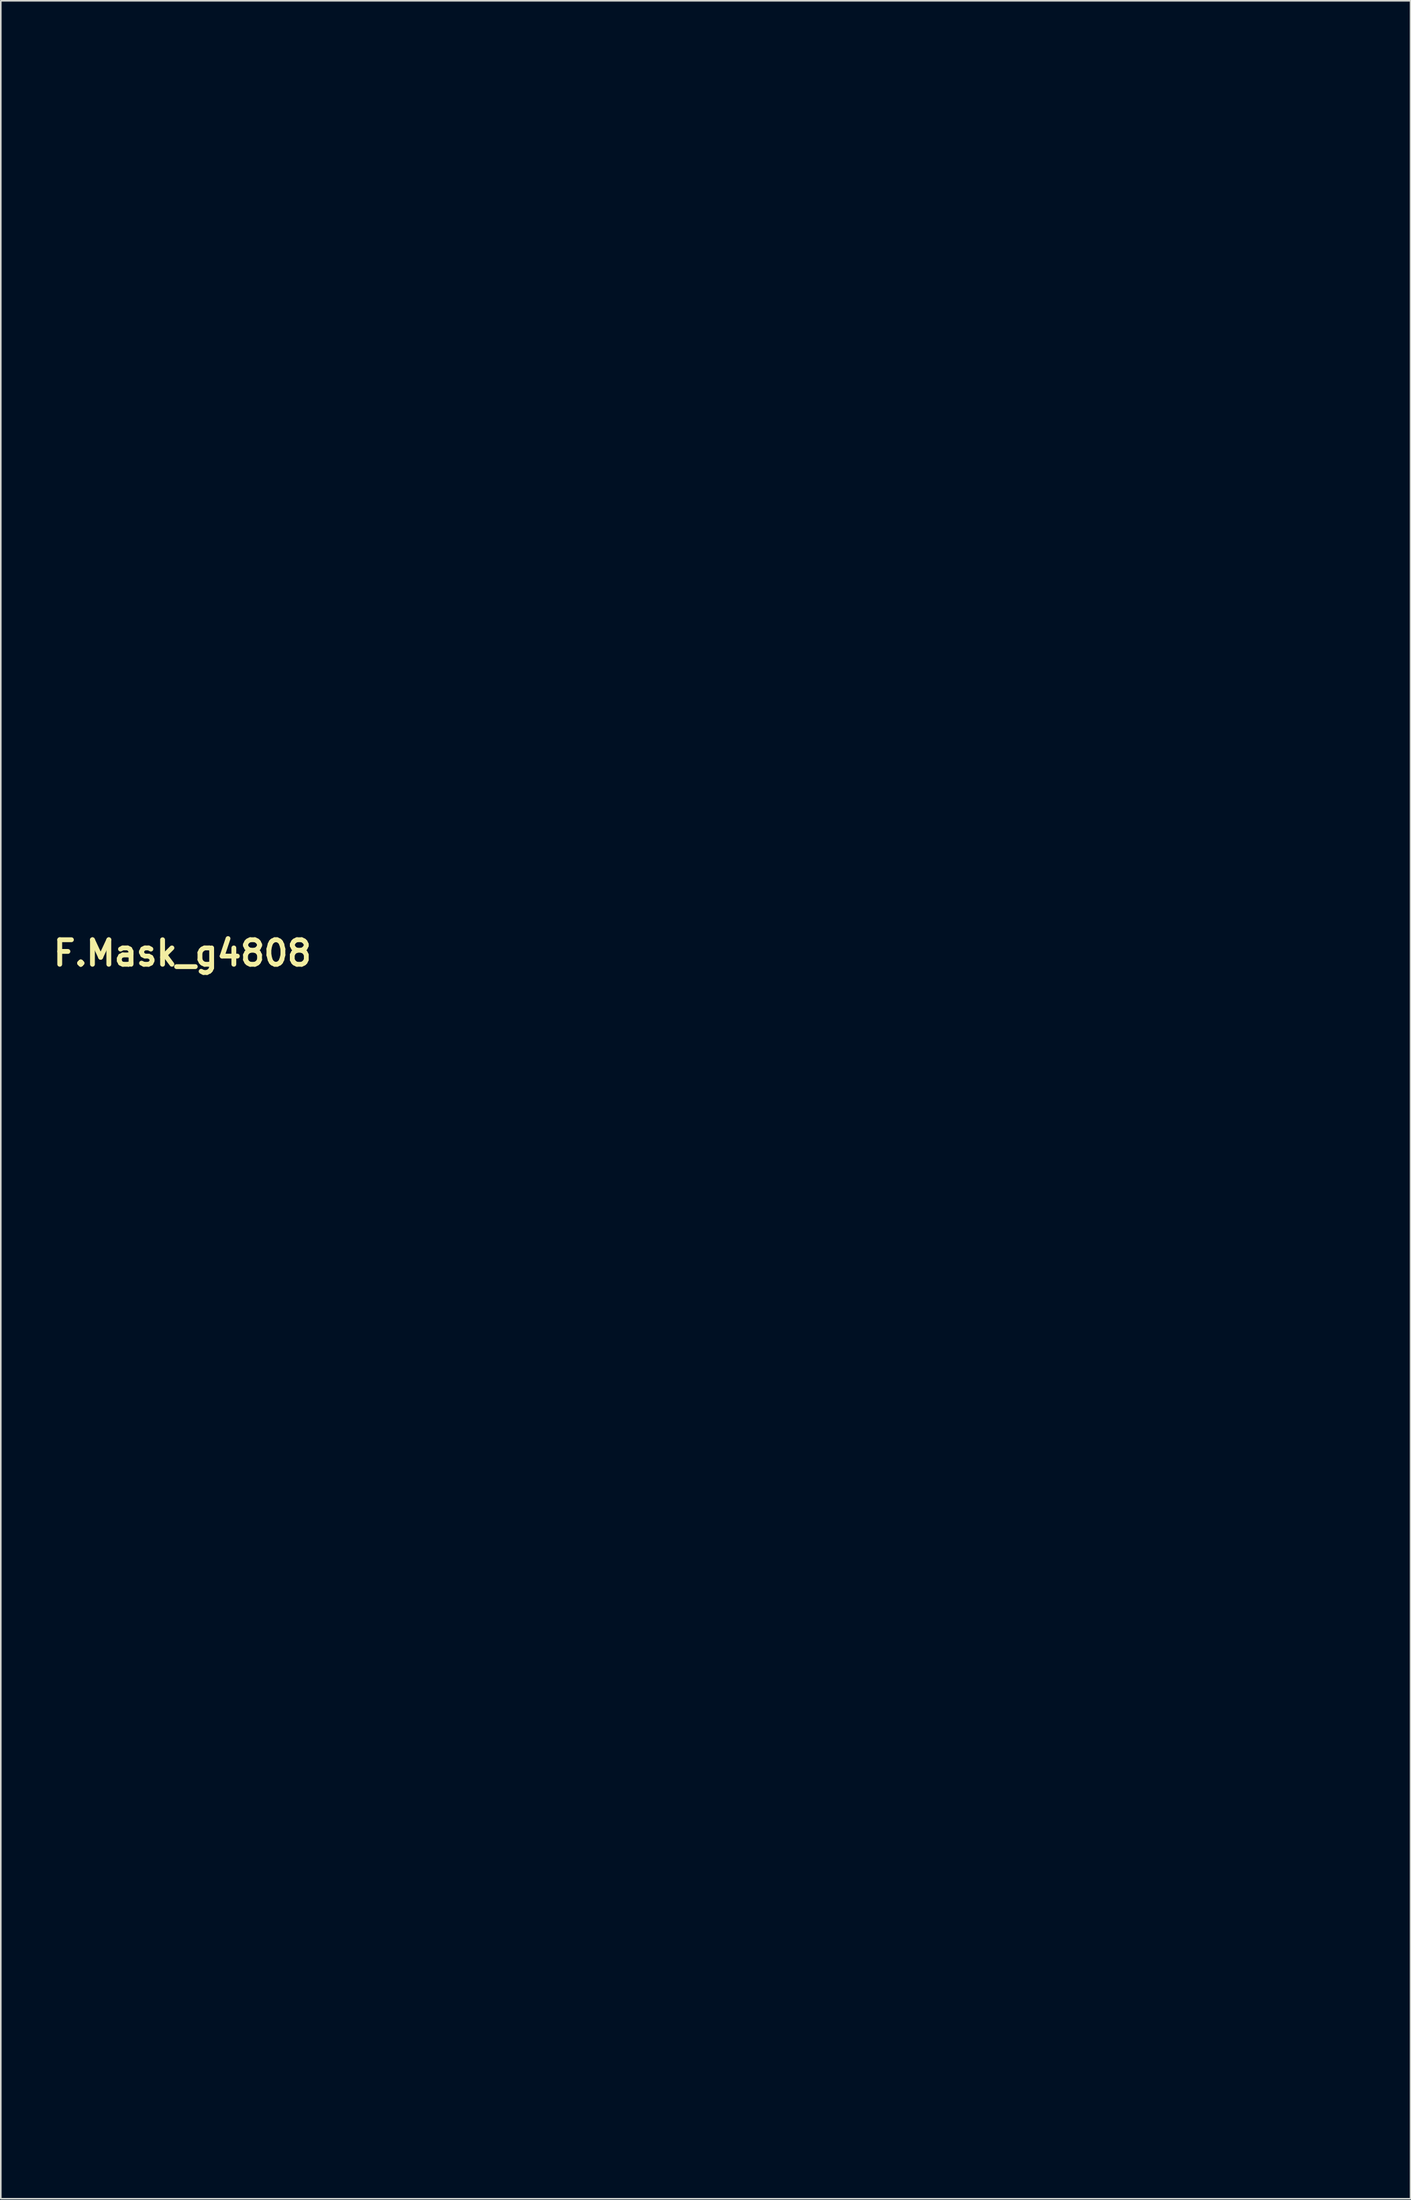
<source format=kicad_pcb>
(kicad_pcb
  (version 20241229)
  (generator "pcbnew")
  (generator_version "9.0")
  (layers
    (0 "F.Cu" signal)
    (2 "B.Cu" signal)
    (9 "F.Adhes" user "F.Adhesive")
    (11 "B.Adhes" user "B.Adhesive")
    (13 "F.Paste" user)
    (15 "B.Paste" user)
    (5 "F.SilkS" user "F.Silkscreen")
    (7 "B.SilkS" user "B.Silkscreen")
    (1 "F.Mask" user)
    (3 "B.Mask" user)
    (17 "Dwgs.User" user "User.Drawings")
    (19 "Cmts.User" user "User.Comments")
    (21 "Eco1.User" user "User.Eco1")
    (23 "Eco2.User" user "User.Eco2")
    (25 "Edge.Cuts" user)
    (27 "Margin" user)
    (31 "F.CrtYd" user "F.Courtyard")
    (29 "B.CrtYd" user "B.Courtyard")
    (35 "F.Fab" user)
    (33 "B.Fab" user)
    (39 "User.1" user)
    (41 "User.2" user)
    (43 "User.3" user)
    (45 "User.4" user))
  (footprint "F.Mask_g4808"
    (layer "F.Cu")
    (at 8.28 56.13)
    (property "Reference" "F.Mask_g4808" (at 0 0 0) (layer "F.SilkS") (effects (font (size 1.524 1.524) (thickness 0.3))))
    (attr through_hole)
    (fp_poly (pts (xy 21.4 -1.071) (xy 21.496 -1.064) (xy 21.574 -1.055) (xy 21.643 -1.04) (xy 21.716 -1.019) (xy 21.77 -1.001) (xy 21.985 -0.914) (xy 22.172 -0.811) (xy 22.344 -0.684) (xy 22.421 -0.615) (xy 22.608 -0.415) (xy 22.757 -0.199) (xy 22.871 0.036) (xy 22.929 0.205) (xy 22.976 0.37) (xy 22.976 5.006) (xy 22.929 5.171) (xy 22.886 5.295) (xy 22.829 5.431) (xy 22.764 5.564) (xy 22.699 5.679) (xy 22.66 5.736) (xy 22.52 5.9) (xy 22.352 6.054) (xy 22.169 6.19) (xy 21.983 6.297) (xy 21.939 6.318) (xy 21.753 6.384) (xy 21.542 6.433) (xy 21.322 6.46) (xy 21.106 6.466) (xy 20.969 6.456) (xy 20.706 6.403) (xy 20.458 6.312) (xy 20.228 6.186) (xy 20.019 6.029) (xy 19.836 5.842) (xy 19.682 5.63) (xy 19.559 5.395) (xy 19.471 5.14) (xy 19.468 5.129) (xy 19.42 4.942) (xy 19.421 0.413) (xy 19.468 0.243) (xy 19.563 -0.024) (xy 19.691 -0.266) (xy 19.852 -0.481) (xy 20.043 -0.669) (xy 20.263 -0.826) (xy 20.394 -0.899) (xy 20.562 -0.974) (xy 20.722 -1.027) (xy 20.887 -1.06) (xy 21.07 -1.075) (xy 21.273 -1.075) (xy 21.4 -1.071)) (stroke (width 0.01) (type solid)) (fill yes) (layer "F.Mask"))
    (fp_poly (pts (xy 71.678 -1.106) (xy 71.938 -1.057) (xy 72.185 -0.971) (xy 72.413 -0.851) (xy 72.622 -0.699) (xy 72.807 -0.516) (xy 72.966 -0.305) (xy 73.095 -0.066) (xy 73.176 0.149) (xy 73.226 0.307) (xy 73.226 5.027) (xy 73.156 5.228) (xy 73.061 5.458) (xy 72.944 5.659) (xy 72.798 5.842) (xy 72.775 5.867) (xy 72.571 6.055) (xy 72.345 6.208) (xy 72.103 6.325) (xy 71.935 6.381) (xy 71.832 6.402) (xy 71.699 6.416) (xy 71.55 6.425) (xy 71.396 6.427) (xy 71.251 6.423) (xy 71.127 6.411) (xy 71.067 6.401) (xy 70.816 6.324) (xy 70.578 6.211) (xy 70.36 6.066) (xy 70.164 5.892) (xy 69.996 5.693) (xy 69.86 5.474) (xy 69.789 5.315) (xy 69.77 5.267) (xy 69.754 5.223) (xy 69.739 5.18) (xy 69.727 5.135) (xy 69.716 5.086) (xy 69.706 5.03) (xy 69.698 4.964) (xy 69.691 4.887) (xy 69.686 4.795) (xy 69.681 4.685) (xy 69.678 4.556) (xy 69.675 4.404) (xy 69.673 4.227) (xy 69.672 4.022) (xy 69.671 3.787) (xy 69.67 3.519) (xy 69.67 3.216) (xy 69.67 2.874) (xy 69.67 2.646) (xy 69.67 2.29) (xy 69.67 1.974) (xy 69.671 1.695) (xy 69.671 1.451) (xy 69.672 1.239) (xy 69.673 1.056) (xy 69.674 0.9) (xy 69.675 0.769) (xy 69.677 0.659) (xy 69.68 0.568) (xy 69.683 0.494) (xy 69.686 0.434) (xy 69.69 0.385) (xy 69.695 0.345) (xy 69.7 0.311) (xy 69.706 0.281) (xy 69.709 0.265) (xy 69.764 0.072) (xy 69.835 -0.101) (xy 69.931 -0.274) (xy 69.968 -0.33) (xy 70.133 -0.542) (xy 70.327 -0.725) (xy 70.546 -0.876) (xy 70.786 -0.993) (xy 71.042 -1.072) (xy 71.128 -1.089) (xy 71.407 -1.118) (xy 71.678 -1.106)) (stroke (width 0.01) (type solid)) (fill yes) (layer "F.Mask"))
    (fp_poly (pts (xy 57.923 -38.762) (xy 58.134 -38.674) (xy 58.323 -38.552) (xy 58.485 -38.399) (xy 58.617 -38.22) (xy 58.716 -38.017) (xy 58.752 -37.91) (xy 58.758 -37.887) (xy 58.763 -37.861) (xy 58.768 -37.83) (xy 58.772 -37.792) (xy 58.775 -37.744) (xy 58.779 -37.683) (xy 58.781 -37.608) (xy 58.783 -37.515) (xy 58.785 -37.403) (xy 58.787 -37.269) (xy 58.788 -37.11) (xy 58.789 -36.925) (xy 58.789 -36.71) (xy 58.79 -36.464) (xy 58.79 -36.183) (xy 58.79 -35.867) (xy 58.79 -35.511) (xy 58.79 -35.348) (xy 58.79 -32.925) (xy 58.73 -32.739) (xy 58.639 -32.528) (xy 58.517 -32.342) (xy 58.364 -32.185) (xy 58.185 -32.058) (xy 57.982 -31.964) (xy 57.876 -31.931) (xy 57.852 -31.926) (xy 57.822 -31.922) (xy 57.782 -31.918) (xy 57.732 -31.914) (xy 57.667 -31.911) (xy 57.587 -31.908) (xy 57.488 -31.906) (xy 57.368 -31.904) (xy 57.226 -31.903) (xy 57.057 -31.902) (xy 56.861 -31.901) (xy 56.635 -31.9) (xy 56.376 -31.9) (xy 56.082 -31.899) (xy 55.751 -31.899) (xy 55.381 -31.9) (xy 55.316 -31.9) (xy 54.942 -31.9) (xy 54.607 -31.9) (xy 54.31 -31.901) (xy 54.049 -31.901) (xy 53.82 -31.902) (xy 53.621 -31.903) (xy 53.451 -31.904) (xy 53.306 -31.906) (xy 53.184 -31.907) (xy 53.083 -31.91) (xy 53.001 -31.912) (xy 52.935 -31.915) (xy 52.882 -31.919) (xy 52.84 -31.923) (xy 52.808 -31.927) (xy 52.782 -31.932) (xy 52.76 -31.938) (xy 52.758 -31.938) (xy 52.542 -32.022) (xy 52.352 -32.139) (xy 52.189 -32.288) (xy 52.053 -32.469) (xy 51.951 -32.671) (xy 51.89 -32.819) (xy 51.884 -35.285) (xy 51.883 -35.695) (xy 51.882 -36.065) (xy 51.882 -36.395) (xy 51.882 -36.688) (xy 51.883 -36.945) (xy 51.884 -37.166) (xy 51.885 -37.355) (xy 51.887 -37.512) (xy 51.889 -37.638) (xy 51.892 -37.736) (xy 51.895 -37.807) (xy 51.899 -37.853) (xy 51.901 -37.867) (xy 51.964 -38.066) (xy 52.064 -38.252) (xy 52.196 -38.419) (xy 52.356 -38.564) (xy 52.54 -38.68) (xy 52.737 -38.762) (xy 52.885 -38.809) (xy 57.774 -38.809) (xy 57.923 -38.762)) (stroke (width 0.01) (type solid)) (fill yes) (layer "F.Mask"))
    (fp_poly (pts (xy 49.198 -38.75) (xy 49.414 -38.654) (xy 49.601 -38.526) (xy 49.758 -38.369) (xy 49.884 -38.183) (xy 49.97 -37.992) (xy 50.027 -37.835) (xy 50.033 -35.422) (xy 50.034 -35.039) (xy 50.035 -34.695) (xy 50.036 -34.389) (xy 50.036 -34.117) (xy 50.036 -33.879) (xy 50.035 -33.67) (xy 50.033 -33.489) (xy 50.031 -33.334) (xy 50.028 -33.201) (xy 50.023 -33.088) (xy 50.018 -32.994) (xy 50.011 -32.915) (xy 50.002 -32.849) (xy 49.992 -32.793) (xy 49.981 -32.746) (xy 49.968 -32.704) (xy 49.952 -32.666) (xy 49.935 -32.629) (xy 49.916 -32.59) (xy 49.896 -32.549) (xy 49.809 -32.409) (xy 49.694 -32.272) (xy 49.562 -32.149) (xy 49.424 -32.053) (xy 49.382 -32.031) (xy 49.342 -32.011) (xy 49.307 -31.993) (xy 49.273 -31.977) (xy 49.238 -31.963) (xy 49.199 -31.951) (xy 49.155 -31.941) (xy 49.102 -31.932) (xy 49.038 -31.924) (xy 48.962 -31.918) (xy 48.869 -31.912) (xy 48.759 -31.908) (xy 48.628 -31.905) (xy 48.474 -31.903) (xy 48.294 -31.901) (xy 48.087 -31.9) (xy 47.85 -31.899) (xy 47.58 -31.899) (xy 47.275 -31.899) (xy 46.932 -31.9) (xy 46.568 -31.9) (xy 46.174 -31.9) (xy 45.822 -31.901) (xy 45.508 -31.902) (xy 45.23 -31.903) (xy 44.986 -31.904) (xy 44.776 -31.906) (xy 44.596 -31.907) (xy 44.444 -31.91) (xy 44.319 -31.912) (xy 44.219 -31.915) (xy 44.142 -31.918) (xy 44.085 -31.922) (xy 44.047 -31.926) (xy 44.032 -31.929) (xy 43.862 -31.988) (xy 43.691 -32.078) (xy 43.537 -32.193) (xy 43.508 -32.219) (xy 43.373 -32.363) (xy 43.268 -32.515) (xy 43.185 -32.691) (xy 43.182 -32.699) (xy 43.127 -32.84) (xy 43.121 -35.274) (xy 43.12 -35.691) (xy 43.119 -36.066) (xy 43.119 -36.401) (xy 43.119 -36.698) (xy 43.12 -36.958) (xy 43.121 -37.181) (xy 43.123 -37.37) (xy 43.125 -37.526) (xy 43.128 -37.649) (xy 43.131 -37.741) (xy 43.134 -37.803) (xy 43.138 -37.835) (xy 43.185 -38) (xy 43.262 -38.169) (xy 43.361 -38.327) (xy 43.461 -38.446) (xy 43.608 -38.575) (xy 43.766 -38.674) (xy 43.951 -38.752) (xy 43.974 -38.76) (xy 44.122 -38.809) (xy 49.033 -38.809) (xy 49.198 -38.75)) (stroke (width 0.01) (type solid)) (fill yes) (layer "F.Mask"))
    (fp_poly (pts (xy 40.375 -38.762) (xy 40.584 -38.675) (xy 40.77 -38.555) (xy 40.931 -38.405) (xy 41.063 -38.23) (xy 41.161 -38.033) (xy 41.201 -37.909) (xy 41.207 -37.867) (xy 41.212 -37.786) (xy 41.216 -37.67) (xy 41.22 -37.522) (xy 41.224 -37.344) (xy 41.227 -37.14) (xy 41.23 -36.915) (xy 41.232 -36.67) (xy 41.234 -36.409) (xy 41.235 -36.136) (xy 41.236 -35.854) (xy 41.236 -35.567) (xy 41.236 -35.276) (xy 41.236 -34.987) (xy 41.235 -34.702) (xy 41.234 -34.424) (xy 41.232 -34.157) (xy 41.23 -33.905) (xy 41.227 -33.67) (xy 41.224 -33.455) (xy 41.221 -33.265) (xy 41.217 -33.103) (xy 41.213 -32.971) (xy 41.208 -32.873) (xy 41.203 -32.813) (xy 41.2 -32.799) (xy 41.129 -32.603) (xy 41.023 -32.42) (xy 40.889 -32.256) (xy 40.731 -32.12) (xy 40.606 -32.042) (xy 40.565 -32.02) (xy 40.529 -32.001) (xy 40.495 -31.984) (xy 40.46 -31.969) (xy 40.422 -31.956) (xy 40.378 -31.944) (xy 40.326 -31.934) (xy 40.264 -31.926) (xy 40.189 -31.919) (xy 40.098 -31.914) (xy 39.99 -31.909) (xy 39.862 -31.906) (xy 39.711 -31.903) (xy 39.535 -31.901) (xy 39.331 -31.9) (xy 39.098 -31.899) (xy 38.832 -31.899) (xy 38.532 -31.899) (xy 38.194 -31.899) (xy 37.817 -31.9) (xy 37.769 -31.9) (xy 37.395 -31.9) (xy 37.06 -31.9) (xy 36.763 -31.901) (xy 36.502 -31.901) (xy 36.273 -31.902) (xy 36.074 -31.903) (xy 35.904 -31.904) (xy 35.759 -31.906) (xy 35.637 -31.907) (xy 35.536 -31.91) (xy 35.454 -31.912) (xy 35.387 -31.915) (xy 35.335 -31.919) (xy 35.293 -31.923) (xy 35.261 -31.927) (xy 35.235 -31.932) (xy 35.212 -31.938) (xy 35.211 -31.938) (xy 34.996 -32.022) (xy 34.806 -32.14) (xy 34.641 -32.289) (xy 34.506 -32.466) (xy 34.403 -32.669) (xy 34.38 -32.733) (xy 34.322 -32.904) (xy 34.322 -35.338) (xy 34.322 -35.712) (xy 34.322 -36.047) (xy 34.322 -36.344) (xy 34.323 -36.606) (xy 34.323 -36.835) (xy 34.324 -37.033) (xy 34.325 -37.204) (xy 34.326 -37.35) (xy 34.328 -37.472) (xy 34.33 -37.573) (xy 34.333 -37.656) (xy 34.336 -37.723) (xy 34.339 -37.777) (xy 34.343 -37.819) (xy 34.347 -37.853) (xy 34.352 -37.88) (xy 34.358 -37.904) (xy 34.359 -37.907) (xy 34.439 -38.118) (xy 34.553 -38.308) (xy 34.7 -38.474) (xy 34.874 -38.612) (xy 35.073 -38.719) (xy 35.19 -38.762) (xy 35.338 -38.809) (xy 40.227 -38.809) (xy 40.375 -38.762)) (stroke (width 0.01) (type solid)) (fill yes) (layer "F.Mask"))
    (fp_poly (pts (xy 40.587 -47.492) (xy 40.801 -47.396) (xy 40.986 -47.271) (xy 41.141 -47.116) (xy 41.265 -46.935) (xy 41.296 -46.874) (xy 41.338 -46.778) (xy 41.374 -46.678) (xy 41.399 -46.591) (xy 41.402 -46.577) (xy 41.406 -46.541) (xy 41.409 -46.475) (xy 41.412 -46.38) (xy 41.415 -46.254) (xy 41.417 -46.096) (xy 41.418 -45.904) (xy 41.42 -45.677) (xy 41.42 -45.414) (xy 41.421 -45.114) (xy 41.42 -44.775) (xy 41.42 -44.396) (xy 41.419 -44.016) (xy 41.412 -41.582) (xy 41.363 -41.45) (xy 41.269 -41.253) (xy 41.144 -41.074) (xy 40.994 -40.921) (xy 40.825 -40.799) (xy 40.787 -40.779) (xy 40.749 -40.758) (xy 40.714 -40.739) (xy 40.681 -40.723) (xy 40.647 -40.708) (xy 40.609 -40.696) (xy 40.566 -40.685) (xy 40.515 -40.675) (xy 40.453 -40.667) (xy 40.378 -40.66) (xy 40.288 -40.655) (xy 40.179 -40.651) (xy 40.051 -40.647) (xy 39.9 -40.645) (xy 39.724 -40.643) (xy 39.52 -40.642) (xy 39.287 -40.641) (xy 39.021 -40.641) (xy 38.72 -40.641) (xy 38.382 -40.642) (xy 38.005 -40.642) (xy 37.953 -40.642) (xy 37.565 -40.642) (xy 37.218 -40.643) (xy 36.909 -40.644) (xy 36.635 -40.644) (xy 36.396 -40.646) (xy 36.188 -40.647) (xy 36.01 -40.649) (xy 35.86 -40.65) (xy 35.734 -40.653) (xy 35.632 -40.655) (xy 35.551 -40.658) (xy 35.49 -40.662) (xy 35.445 -40.666) (xy 35.414 -40.67) (xy 35.404 -40.672) (xy 35.203 -40.748) (xy 35.019 -40.859) (xy 34.856 -41.001) (xy 34.718 -41.167) (xy 34.612 -41.352) (xy 34.541 -41.552) (xy 34.532 -41.59) (xy 34.527 -41.636) (xy 34.522 -41.721) (xy 34.518 -41.841) (xy 34.514 -41.994) (xy 34.511 -42.175) (xy 34.508 -42.382) (xy 34.505 -42.61) (xy 34.503 -42.857) (xy 34.501 -43.12) (xy 34.5 -43.393) (xy 34.499 -43.676) (xy 34.499 -43.963) (xy 34.499 -44.251) (xy 34.5 -44.538) (xy 34.501 -44.82) (xy 34.502 -45.093) (xy 34.504 -45.353) (xy 34.506 -45.599) (xy 34.509 -45.825) (xy 34.512 -46.029) (xy 34.515 -46.208) (xy 34.519 -46.357) (xy 34.523 -46.474) (xy 34.528 -46.555) (xy 34.533 -46.594) (xy 34.598 -46.801) (xy 34.699 -46.991) (xy 34.834 -47.161) (xy 34.998 -47.307) (xy 35.188 -47.425) (xy 35.4 -47.511) (xy 35.402 -47.512) (xy 35.423 -47.518) (xy 35.447 -47.523) (xy 35.476 -47.528) (xy 35.512 -47.532) (xy 35.559 -47.536) (xy 35.618 -47.539) (xy 35.691 -47.542) (xy 35.782 -47.544) (xy 35.892 -47.546) (xy 36.024 -47.547) (xy 36.181 -47.548) (xy 36.364 -47.549) (xy 36.576 -47.55) (xy 36.82 -47.55) (xy 37.097 -47.551) (xy 37.411 -47.551) (xy 37.764 -47.551) (xy 37.973 -47.551) (xy 40.418 -47.551) (xy 40.587 -47.492)) (stroke (width 0.01) (type solid)) (fill yes) (layer "F.Mask"))
    (fp_poly (pts (xy 47.079 -47.554) (xy 47.362 -47.553) (xy 47.636 -47.552) (xy 47.9 -47.55) (xy 48.149 -47.548) (xy 48.38 -47.546) (xy 48.59 -47.543) (xy 48.775 -47.54) (xy 48.932 -47.537) (xy 49.059 -47.533) (xy 49.15 -47.528) (xy 49.204 -47.524) (xy 49.212 -47.522) (xy 49.426 -47.448) (xy 49.62 -47.339) (xy 49.791 -47.198) (xy 49.934 -47.029) (xy 50.045 -46.837) (xy 50.122 -46.624) (xy 50.126 -46.609) (xy 50.13 -46.568) (xy 50.135 -46.488) (xy 50.139 -46.373) (xy 50.143 -46.225) (xy 50.146 -46.048) (xy 50.149 -45.846) (xy 50.151 -45.621) (xy 50.153 -45.377) (xy 50.155 -45.118) (xy 50.156 -44.847) (xy 50.157 -44.566) (xy 50.157 -44.28) (xy 50.157 -43.992) (xy 50.157 -43.705) (xy 50.156 -43.423) (xy 50.155 -43.148) (xy 50.154 -42.885) (xy 50.152 -42.636) (xy 50.15 -42.405) (xy 50.147 -42.195) (xy 50.144 -42.009) (xy 50.14 -41.852) (xy 50.136 -41.725) (xy 50.132 -41.634) (xy 50.127 -41.58) (xy 50.126 -41.571) (xy 50.053 -41.362) (xy 49.946 -41.171) (xy 49.808 -41.002) (xy 49.644 -40.86) (xy 49.458 -40.749) (xy 49.254 -40.674) (xy 49.245 -40.672) (xy 49.203 -40.667) (xy 49.121 -40.662) (xy 49.004 -40.657) (xy 48.855 -40.653) (xy 48.677 -40.65) (xy 48.473 -40.647) (xy 48.247 -40.644) (xy 48.002 -40.642) (xy 47.741 -40.64) (xy 47.468 -40.639) (xy 47.186 -40.638) (xy 46.898 -40.637) (xy 46.608 -40.637) (xy 46.318 -40.638) (xy 46.033 -40.639) (xy 45.756 -40.64) (xy 45.489 -40.642) (xy 45.237 -40.644) (xy 45.002 -40.647) (xy 44.788 -40.65) (xy 44.598 -40.653) (xy 44.436 -40.657) (xy 44.305 -40.661) (xy 44.208 -40.666) (xy 44.148 -40.671) (xy 44.134 -40.674) (xy 43.923 -40.751) (xy 43.734 -40.864) (xy 43.57 -41.007) (xy 43.435 -41.179) (xy 43.332 -41.374) (xy 43.296 -41.472) (xy 43.243 -41.637) (xy 43.244 -44.086) (xy 43.244 -44.468) (xy 43.244 -44.81) (xy 43.245 -45.114) (xy 43.245 -45.382) (xy 43.246 -45.618) (xy 43.247 -45.822) (xy 43.248 -45.998) (xy 43.25 -46.147) (xy 43.252 -46.272) (xy 43.254 -46.375) (xy 43.257 -46.458) (xy 43.26 -46.524) (xy 43.264 -46.575) (xy 43.268 -46.613) (xy 43.272 -46.641) (xy 43.275 -46.651) (xy 43.35 -46.853) (xy 43.461 -47.038) (xy 43.603 -47.202) (xy 43.771 -47.34) (xy 43.962 -47.448) (xy 44.169 -47.521) (xy 44.175 -47.522) (xy 44.216 -47.527) (xy 44.296 -47.532) (xy 44.411 -47.536) (xy 44.559 -47.539) (xy 44.736 -47.542) (xy 44.939 -47.545) (xy 45.163 -47.548) (xy 45.407 -47.55) (xy 45.666 -47.551) (xy 45.938 -47.553) (xy 46.218 -47.553) (xy 46.504 -47.554) (xy 46.792 -47.554) (xy 47.079 -47.554)) (stroke (width 0.01) (type solid)) (fill yes) (layer "F.Mask"))
    (fp_poly (pts (xy 55.715 -47.554) (xy 55.998 -47.553) (xy 56.272 -47.552) (xy 56.536 -47.55) (xy 56.785 -47.548) (xy 57.016 -47.546) (xy 57.226 -47.543) (xy 57.411 -47.54) (xy 57.568 -47.537) (xy 57.695 -47.533) (xy 57.786 -47.528) (xy 57.84 -47.524) (xy 57.849 -47.522) (xy 58.062 -47.448) (xy 58.256 -47.339) (xy 58.427 -47.198) (xy 58.57 -47.029) (xy 58.681 -46.837) (xy 58.758 -46.624) (xy 58.762 -46.609) (xy 58.766 -46.568) (xy 58.771 -46.488) (xy 58.775 -46.373) (xy 58.779 -46.225) (xy 58.782 -46.048) (xy 58.785 -45.846) (xy 58.787 -45.621) (xy 58.789 -45.377) (xy 58.791 -45.118) (xy 58.792 -44.847) (xy 58.793 -44.566) (xy 58.793 -44.28) (xy 58.793 -43.992) (xy 58.793 -43.705) (xy 58.792 -43.423) (xy 58.791 -43.148) (xy 58.79 -42.885) (xy 58.788 -42.636) (xy 58.786 -42.405) (xy 58.783 -42.195) (xy 58.78 -42.009) (xy 58.776 -41.852) (xy 58.772 -41.725) (xy 58.768 -41.634) (xy 58.763 -41.58) (xy 58.762 -41.571) (xy 58.689 -41.362) (xy 58.582 -41.171) (xy 58.444 -41.002) (xy 58.28 -40.86) (xy 58.094 -40.749) (xy 57.89 -40.674) (xy 57.881 -40.672) (xy 57.839 -40.667) (xy 57.758 -40.662) (xy 57.642 -40.658) (xy 57.493 -40.654) (xy 57.315 -40.65) (xy 57.112 -40.647) (xy 56.886 -40.645) (xy 56.642 -40.642) (xy 56.381 -40.641) (xy 56.108 -40.639) (xy 55.827 -40.638) (xy 55.539 -40.638) (xy 55.249 -40.638) (xy 54.96 -40.638) (xy 54.675 -40.639) (xy 54.398 -40.64) (xy 54.131 -40.642) (xy 53.879 -40.644) (xy 53.644 -40.646) (xy 53.431 -40.649) (xy 53.241 -40.652) (xy 53.078 -40.656) (xy 52.947 -40.66) (xy 52.849 -40.665) (xy 52.789 -40.67) (xy 52.775 -40.672) (xy 52.563 -40.75) (xy 52.373 -40.863) (xy 52.208 -41.006) (xy 52.072 -41.177) (xy 51.969 -41.371) (xy 51.932 -41.472) (xy 51.88 -41.637) (xy 51.88 -44.086) (xy 51.88 -44.468) (xy 51.88 -44.81) (xy 51.881 -45.114) (xy 51.881 -45.382) (xy 51.882 -45.618) (xy 51.883 -45.822) (xy 51.884 -45.998) (xy 51.886 -46.147) (xy 51.888 -46.272) (xy 51.89 -46.375) (xy 51.893 -46.458) (xy 51.896 -46.524) (xy 51.9 -46.575) (xy 51.904 -46.613) (xy 51.908 -46.641) (xy 51.911 -46.651) (xy 51.986 -46.853) (xy 52.097 -47.038) (xy 52.239 -47.202) (xy 52.407 -47.34) (xy 52.598 -47.448) (xy 52.805 -47.521) (xy 52.811 -47.522) (xy 52.852 -47.527) (xy 52.932 -47.532) (xy 53.047 -47.536) (xy 53.195 -47.539) (xy 53.372 -47.542) (xy 53.575 -47.545) (xy 53.799 -47.548) (xy 54.043 -47.55) (xy 54.302 -47.551) (xy 54.574 -47.553) (xy 54.854 -47.553) (xy 55.14 -47.554) (xy 55.428 -47.554) (xy 55.715 -47.554)) (stroke (width 0.01) (type solid)) (fill yes) (layer "F.Mask"))
    (fp_poly (pts (xy 46.462 44.962) (xy 46.855 45.012) (xy 47.084 45.056) (xy 47.548 45.18) (xy 47.994 45.342) (xy 48.422 45.541) (xy 48.83 45.778) (xy 49.217 46.052) (xy 49.583 46.362) (xy 49.795 46.57) (xy 50.115 46.925) (xy 50.397 47.296) (xy 50.641 47.685) (xy 50.85 48.094) (xy 51.022 48.524) (xy 51.16 48.977) (xy 51.265 49.455) (xy 51.28 49.541) (xy 51.293 49.628) (xy 51.303 49.72) (xy 51.31 49.823) (xy 51.315 49.945) (xy 51.317 50.092) (xy 51.319 50.273) (xy 51.319 50.334) (xy 51.317 50.547) (xy 51.314 50.727) (xy 51.306 50.883) (xy 51.294 51.024) (xy 51.275 51.161) (xy 51.251 51.301) (xy 51.219 51.455) (xy 51.192 51.573) (xy 51.065 52.022) (xy 50.901 52.455) (xy 50.701 52.87) (xy 50.467 53.265) (xy 50.202 53.638) (xy 49.907 53.987) (xy 49.584 54.31) (xy 49.235 54.605) (xy 48.863 54.87) (xy 48.469 55.103) (xy 48.056 55.302) (xy 47.625 55.466) (xy 47.178 55.592) (xy 47.069 55.616) (xy 46.728 55.677) (xy 46.388 55.714) (xy 46.034 55.728) (xy 45.9 55.729) (xy 45.773 55.727) (xy 45.656 55.725) (xy 45.558 55.723) (xy 45.488 55.72) (xy 45.455 55.718) (xy 45.02 55.654) (xy 44.616 55.57) (xy 44.237 55.463) (xy 43.877 55.331) (xy 43.53 55.172) (xy 43.272 55.033) (xy 42.867 54.777) (xy 42.49 54.49) (xy 42.143 54.176) (xy 41.826 53.835) (xy 41.54 53.471) (xy 41.288 53.085) (xy 41.07 52.679) (xy 40.887 52.255) (xy 40.741 51.816) (xy 40.633 51.364) (xy 40.564 50.901) (xy 40.535 50.428) (xy 40.534 50.334) (xy 40.539 50.218) (xy 42.005 50.218) (xy 42.013 50.612) (xy 42.062 51.008) (xy 42.092 51.159) (xy 42.156 51.419) (xy 42.235 51.662) (xy 42.335 51.906) (xy 42.397 52.039) (xy 42.589 52.391) (xy 42.814 52.717) (xy 43.067 53.017) (xy 43.348 53.288) (xy 43.652 53.529) (xy 43.978 53.739) (xy 44.322 53.917) (xy 44.682 54.059) (xy 45.056 54.166) (xy 45.439 54.235) (xy 45.831 54.266) (xy 46.228 54.255) (xy 46.304 54.249) (xy 46.704 54.189) (xy 47.09 54.091) (xy 47.46 53.956) (xy 47.812 53.785) (xy 48.143 53.582) (xy 48.453 53.348) (xy 48.737 53.084) (xy 48.995 52.793) (xy 49.224 52.476) (xy 49.422 52.136) (xy 49.587 51.775) (xy 49.716 51.393) (xy 49.773 51.171) (xy 49.839 50.781) (xy 49.864 50.389) (xy 49.849 49.998) (xy 49.795 49.611) (xy 49.703 49.232) (xy 49.574 48.863) (xy 49.409 48.507) (xy 49.209 48.169) (xy 48.975 47.85) (xy 48.708 47.555) (xy 48.625 47.474) (xy 48.316 47.212) (xy 47.986 46.986) (xy 47.64 46.796) (xy 47.28 46.643) (xy 46.908 46.528) (xy 46.528 46.45) (xy 46.142 46.41) (xy 45.753 46.409) (xy 45.365 46.447) (xy 44.979 46.524) (xy 44.598 46.641) (xy 44.227 46.799) (xy 44.227 46.799) (xy 43.873 46.993) (xy 43.546 47.218) (xy 43.247 47.472) (xy 42.977 47.752) (xy 42.737 48.055) (xy 42.528 48.379) (xy 42.353 48.721) (xy 42.212 49.079) (xy 42.106 49.449) (xy 42.037 49.83) (xy 42.005 50.218) (xy 40.539 50.218) (xy 40.555 49.859) (xy 40.617 49.391) (xy 40.719 48.933) (xy 40.86 48.486) (xy 41.04 48.054) (xy 41.257 47.639) (xy 41.51 47.242) (xy 41.799 46.867) (xy 42.039 46.6) (xy 42.388 46.267) (xy 42.76 45.969) (xy 43.153 45.706) (xy 43.567 45.48) (xy 43.999 45.292) (xy 44.448 45.142) (xy 44.857 45.042) (xy 45.242 44.98) (xy 45.645 44.946) (xy 46.055 44.94) (xy 46.462 44.962)) (stroke (width 0.01) (type solid)) (fill yes) (layer "F.Mask"))
    (fp_poly (pts (xy 47.06 35.999) (xy 47.826 36.069) (xy 48.589 36.18) (xy 49.347 36.332) (xy 49.615 36.396) (xy 50.354 36.602) (xy 51.077 36.846) (xy 51.782 37.127) (xy 52.468 37.444) (xy 53.135 37.796) (xy 53.78 38.181) (xy 54.402 38.599) (xy 55.001 39.047) (xy 55.576 39.526) (xy 56.125 40.033) (xy 56.646 40.568) (xy 57.14 41.129) (xy 57.604 41.715) (xy 58.037 42.325) (xy 58.439 42.958) (xy 58.808 43.613) (xy 59.143 44.288) (xy 59.443 44.982) (xy 59.707 45.694) (xy 59.933 46.423) (xy 60.111 47.128) (xy 60.255 47.856) (xy 60.361 48.598) (xy 60.429 49.348) (xy 60.459 50.103) (xy 60.45 50.856) (xy 60.403 51.604) (xy 60.317 52.343) (xy 60.249 52.769) (xy 60.093 53.532) (xy 59.897 54.283) (xy 59.661 55.02) (xy 59.387 55.742) (xy 59.074 56.446) (xy 58.723 57.133) (xy 58.335 57.801) (xy 57.911 58.448) (xy 57.451 59.073) (xy 57.148 59.449) (xy 56.635 60.033) (xy 56.093 60.586) (xy 55.525 61.107) (xy 54.931 61.596) (xy 54.314 62.051) (xy 53.675 62.472) (xy 53.015 62.858) (xy 52.335 63.208) (xy 51.638 63.521) (xy 50.924 63.797) (xy 50.195 64.034) (xy 49.453 64.232) (xy 48.698 64.391) (xy 48.588 64.41) (xy 48.24 64.467) (xy 47.911 64.513) (xy 47.591 64.549) (xy 47.268 64.575) (xy 46.933 64.594) (xy 46.575 64.606) (xy 46.302 64.61) (xy 46.129 64.612) (xy 45.965 64.613) (xy 45.816 64.613) (xy 45.688 64.613) (xy 45.587 64.612) (xy 45.519 64.61) (xy 45.498 64.609) (xy 45.439 64.605) (xy 45.349 64.599) (xy 45.237 64.591) (xy 45.114 64.583) (xy 45.053 64.578) (xy 44.465 64.523) (xy 43.859 64.439) (xy 43.247 64.326) (xy 42.638 64.188) (xy 42.043 64.026) (xy 41.745 63.934) (xy 41.021 63.678) (xy 40.313 63.385) (xy 39.624 63.054) (xy 38.955 62.687) (xy 38.306 62.286) (xy 37.68 61.852) (xy 37.079 61.385) (xy 36.502 60.888) (xy 35.953 60.361) (xy 35.431 59.806) (xy 34.939 59.224) (xy 34.479 58.615) (xy 34.051 57.982) (xy 33.657 57.325) (xy 33.329 56.709) (xy 33.013 56.038) (xy 32.736 55.364) (xy 32.496 54.681) (xy 32.292 53.987) (xy 32.124 53.278) (xy 31.99 52.55) (xy 31.888 51.8) (xy 31.852 51.435) (xy 31.842 51.295) (xy 31.834 51.121) (xy 31.829 50.918) (xy 31.825 50.694) (xy 31.824 50.457) (xy 31.824 50.292) (xy 33.729 50.292) (xy 33.73 50.555) (xy 33.733 50.783) (xy 33.737 50.985) (xy 33.745 51.167) (xy 33.755 51.337) (xy 33.769 51.504) (xy 33.788 51.673) (xy 33.811 51.855) (xy 33.84 52.055) (xy 33.848 52.112) (xy 33.976 52.827) (xy 34.144 53.53) (xy 34.352 54.22) (xy 34.6 54.894) (xy 34.886 55.553) (xy 35.21 56.195) (xy 35.572 56.819) (xy 35.971 57.423) (xy 36.407 58.006) (xy 36.421 58.024) (xy 36.843 58.524) (xy 37.299 59.01) (xy 37.782 59.474) (xy 38.285 59.91) (xy 38.703 60.239) (xy 39.297 60.658) (xy 39.91 61.039) (xy 40.542 61.382) (xy 41.191 61.687) (xy 41.856 61.954) (xy 42.537 62.182) (xy 43.233 62.371) (xy 43.942 62.52) (xy 44.664 62.629) (xy 45.397 62.698) (xy 45.487 62.704) (xy 45.589 62.707) (xy 45.727 62.709) (xy 45.891 62.709) (xy 46.074 62.708) (xy 46.27 62.705) (xy 46.471 62.701) (xy 46.668 62.695) (xy 46.854 62.689) (xy 47.023 62.682) (xy 47.165 62.674) (xy 47.274 62.666) (xy 47.286 62.665) (xy 47.75 62.611) (xy 48.198 62.545) (xy 48.542 62.482) (xy 49.244 62.322) (xy 49.933 62.122) (xy 50.606 61.884) (xy 51.264 61.607) (xy 51.904 61.293) (xy 52.526 60.943) (xy 53.126 60.557) (xy 53.704 60.137) (xy 54.259 59.683) (xy 54.789 59.197) (xy 55.292 58.679) (xy 55.676 58.24) (xy 56.118 57.678) (xy 56.527 57.092) (xy 56.901 56.485) (xy 57.239 55.857) (xy 57.541 55.212) (xy 57.805 54.552) (xy 58.03 53.879) (xy 58.216 53.196) (xy 58.361 52.504) (xy 58.367 52.47) (xy 58.429 52.084) (xy 58.478 51.716) (xy 58.513 51.353) (xy 58.537 50.984) (xy 58.549 50.597) (xy 58.551 50.271) (xy 58.548 49.927) (xy 58.537 49.611) (xy 58.519 49.312) (xy 58.492 49.015) (xy 58.456 48.708) (xy 58.429 48.516) (xy 58.307 47.812) (xy 58.145 47.121) (xy 57.946 46.445) (xy 57.709 45.786) (xy 57.436 45.143) (xy 57.13 44.52) (xy 56.789 43.916) (xy 56.417 43.334) (xy 56.013 42.774) (xy 55.58 42.237) (xy 55.118 41.726) (xy 54.629 41.24) (xy 54.114 40.782) (xy 53.573 40.353) (xy 53.009 39.953) (xy 52.422 39.585) (xy 51.813 39.249) (xy 51.184 38.946) (xy 50.536 38.679) (xy 49.87 38.447) (xy 49.188 38.253) (xy 48.514 38.103) (xy 47.801 37.985) (xy 47.083 37.91) (xy 46.363 37.876) (xy 45.641 37.884) (xy 44.921 37.933) (xy 44.205 38.024) (xy 43.495 38.156) (xy 43.416 38.174) (xy 42.747 38.344) (xy 42.083 38.555) (xy 41.427 38.805) (xy 40.783 39.092) (xy 40.157 39.414) (xy 39.551 39.769) (xy 39.243 39.968) (xy 38.658 40.385) (xy 38.1 40.832) (xy 37.57 41.309) (xy 37.07 41.815) (xy 36.601 42.346) (xy 36.163 42.902) (xy 35.757 43.482) (xy 35.386 44.083) (xy 35.049 44.704) (xy 34.747 45.344) (xy 34.482 46.001) (xy 34.255 46.672) (xy 34.067 47.358) (xy 33.918 48.055) (xy 33.858 48.408) (xy 33.826 48.624) (xy 33.8 48.817) (xy 33.779 48.993) (xy 33.762 49.162) (xy 33.749 49.331) (xy 33.74 49.508) (xy 33.735 49.7) (xy 33.731 49.914) (xy 33.73 50.16) (xy 33.729 50.292) (xy 31.824 50.292) (xy 31.824 50.213) (xy 31.826 49.969) (xy 31.83 49.733) (xy 31.836 49.512) (xy 31.844 49.313) (xy 31.854 49.142) (xy 31.863 49.033) (xy 31.956 48.262) (xy 32.083 47.513) (xy 32.246 46.784) (xy 32.445 46.072) (xy 32.681 45.372) (xy 32.954 44.683) (xy 33.053 44.456) (xy 33.388 43.761) (xy 33.758 43.086) (xy 34.163 42.434) (xy 34.602 41.805) (xy 35.073 41.201) (xy 35.576 40.623) (xy 36.107 40.073) (xy 36.668 39.552) (xy 37.255 39.061) (xy 37.868 38.601) (xy 38.506 38.173) (xy 39.167 37.78) (xy 39.851 37.422) (xy 40.333 37.196) (xy 41.045 36.903) (xy 41.769 36.649) (xy 42.505 36.435) (xy 43.251 36.261) (xy 44.004 36.128) (xy 44.763 36.035) (xy 45.527 35.982) (xy 46.293 35.97) (xy 47.06 35.999)) (stroke (width 0.01) (type solid)) (fill yes) (layer "F.Mask"))
    (fp_poly (pts (xy 46.772 32.322) (xy 47.634 32.37) (xy 48.492 32.459) (xy 48.959 32.525) (xy 49.803 32.677) (xy 50.638 32.869) (xy 51.464 33.103) (xy 52.278 33.376) (xy 53.079 33.688) (xy 53.865 34.039) (xy 54.635 34.427) (xy 55.387 34.853) (xy 56.12 35.315) (xy 56.832 35.813) (xy 56.97 35.916) (xy 57.313 36.179) (xy 57.638 36.441) (xy 57.953 36.711) (xy 58.268 36.995) (xy 58.591 37.3) (xy 58.887 37.591) (xy 59.142 37.849) (xy 59.371 38.089) (xy 59.584 38.32) (xy 59.787 38.55) (xy 59.989 38.788) (xy 60.196 39.042) (xy 60.23 39.084) (xy 60.757 39.777) (xy 61.249 40.491) (xy 61.704 41.226) (xy 62.122 41.981) (xy 62.503 42.753) (xy 62.846 43.541) (xy 63.15 44.345) (xy 63.415 45.163) (xy 63.641 45.993) (xy 63.826 46.834) (xy 63.971 47.686) (xy 64.07 48.493) (xy 64.101 48.828) (xy 64.124 49.144) (xy 64.14 49.454) (xy 64.151 49.773) (xy 64.155 50.113) (xy 64.156 50.3) (xy 64.142 51.055) (xy 64.099 51.788) (xy 64.027 52.507) (xy 63.924 53.22) (xy 63.817 53.806) (xy 63.625 54.658) (xy 63.393 55.497) (xy 63.122 56.32) (xy 62.812 57.129) (xy 62.463 57.92) (xy 62.077 58.694) (xy 61.653 59.449) (xy 61.191 60.185) (xy 60.693 60.901) (xy 60.159 61.595) (xy 59.688 62.156) (xy 59.488 62.378) (xy 59.262 62.619) (xy 59.016 62.87) (xy 58.759 63.126) (xy 58.497 63.379) (xy 58.239 63.621) (xy 57.99 63.846) (xy 57.764 64.041) (xy 57.085 64.587) (xy 56.384 65.097) (xy 55.661 65.571) (xy 54.918 66.009) (xy 54.157 66.411) (xy 53.377 66.774) (xy 52.582 67.1) (xy 51.772 67.388) (xy 50.949 67.636) (xy 50.114 67.844) (xy 49.268 68.013) (xy 48.412 68.14) (xy 47.773 68.208) (xy 47.419 68.236) (xy 47.05 68.257) (xy 46.675 68.271) (xy 46.306 68.279) (xy 45.954 68.28) (xy 45.629 68.273) (xy 45.529 68.27) (xy 44.692 68.217) (xy 43.878 68.131) (xy 43.083 68.012) (xy 42.304 67.859) (xy 41.535 67.671) (xy 41.341 67.618) (xy 40.504 67.361) (xy 39.684 67.067) (xy 38.884 66.734) (xy 38.102 66.363) (xy 37.338 65.954) (xy 36.594 65.507) (xy 35.868 65.023) (xy 35.16 64.5) (xy 34.472 63.939) (xy 34.315 63.804) (xy 34.183 63.686) (xy 34.029 63.542) (xy 33.858 63.379) (xy 33.677 63.203) (xy 33.491 63.02) (xy 33.307 62.835) (xy 33.131 62.655) (xy 32.968 62.486) (xy 32.826 62.334) (xy 32.719 62.216) (xy 32.154 61.544) (xy 31.625 60.85) (xy 31.131 60.134) (xy 30.673 59.399) (xy 30.253 58.646) (xy 29.87 57.875) (xy 29.525 57.087) (xy 29.218 56.285) (xy 28.951 55.468) (xy 28.723 54.639) (xy 28.536 53.798) (xy 28.389 52.947) (xy 28.388 52.938) (xy 28.34 52.599) (xy 28.301 52.283) (xy 28.27 51.979) (xy 28.245 51.677) (xy 28.226 51.366) (xy 28.212 51.037) (xy 28.203 50.677) (xy 28.201 50.599) (xy 28.201 50.576) (xy 29.954 50.576) (xy 29.99 51.399) (xy 30.027 51.848) (xy 30.127 52.67) (xy 30.267 53.482) (xy 30.449 54.283) (xy 30.67 55.07) (xy 30.93 55.844) (xy 31.23 56.603) (xy 31.568 57.347) (xy 31.944 58.074) (xy 32.358 58.783) (xy 32.809 59.474) (xy 33.297 60.145) (xy 33.822 60.795) (xy 34.123 61.14) (xy 34.242 61.27) (xy 34.385 61.421) (xy 34.547 61.586) (xy 34.718 61.759) (xy 34.893 61.932) (xy 35.064 62.099) (xy 35.225 62.252) (xy 35.368 62.384) (xy 35.433 62.443) (xy 36.056 62.966) (xy 36.705 63.458) (xy 37.378 63.917) (xy 38.073 64.342) (xy 38.788 64.732) (xy 39.52 65.086) (xy 40.267 65.403) (xy 41.027 65.681) (xy 41.798 65.919) (xy 42.344 66.061) (xy 43.127 66.231) (xy 43.916 66.362) (xy 44.708 66.454) (xy 45.497 66.507) (xy 46.28 66.521) (xy 46.863 66.505) (xy 47.478 66.467) (xy 48.067 66.41) (xy 48.642 66.332) (xy 49.214 66.233) (xy 49.69 66.135) (xy 50.49 65.936) (xy 51.276 65.697) (xy 52.047 65.419) (xy 52.802 65.103) (xy 53.54 64.749) (xy 54.258 64.358) (xy 54.958 63.931) (xy 55.636 63.467) (xy 56.292 62.969) (xy 56.925 62.435) (xy 57.533 61.868) (xy 57.669 61.734) (xy 58.238 61.134) (xy 58.774 60.509) (xy 59.274 59.86) (xy 59.74 59.19) (xy 60.17 58.499) (xy 60.565 57.788) (xy 60.922 57.06) (xy 61.242 56.315) (xy 61.524 55.555) (xy 61.768 54.78) (xy 61.973 53.994) (xy 62.139 53.195) (xy 62.264 52.387) (xy 62.349 51.571) (xy 62.393 50.747) (xy 62.399 50.3) (xy 62.379 49.469) (xy 62.316 48.645) (xy 62.213 47.829) (xy 62.069 47.022) (xy 61.884 46.226) (xy 61.659 45.441) (xy 61.394 44.668) (xy 61.09 43.908) (xy 60.747 43.164) (xy 60.365 42.434) (xy 59.944 41.722) (xy 59.485 41.026) (xy 59.304 40.771) (xy 58.866 40.197) (xy 58.391 39.632) (xy 57.885 39.081) (xy 57.354 38.551) (xy 56.804 38.047) (xy 56.239 37.576) (xy 56.134 37.493) (xy 55.479 37.009) (xy 54.8 36.557) (xy 54.099 36.141) (xy 53.379 35.76) (xy 52.641 35.416) (xy 51.887 35.109) (xy 51.119 34.841) (xy 50.341 34.612) (xy 49.553 34.423) (xy 48.98 34.313) (xy 48.658 34.259) (xy 48.361 34.215) (xy 48.078 34.178) (xy 47.801 34.148) (xy 47.522 34.125) (xy 47.231 34.108) (xy 46.919 34.096) (xy 46.579 34.088) (xy 46.397 34.085) (xy 46.069 34.082) (xy 45.774 34.083) (xy 45.506 34.088) (xy 45.254 34.097) (xy 45.012 34.11) (xy 44.77 34.129) (xy 44.521 34.153) (xy 44.257 34.183) (xy 44.238 34.185) (xy 43.421 34.305) (xy 42.615 34.466) (xy 41.82 34.666) (xy 41.039 34.906) (xy 40.273 35.184) (xy 39.522 35.5) (xy 38.789 35.854) (xy 38.074 36.244) (xy 37.379 36.669) (xy 36.705 37.13) (xy 36.054 37.626) (xy 35.426 38.155) (xy 34.824 38.718) (xy 34.248 39.313) (xy 34.162 39.407) (xy 33.621 40.035) (xy 33.115 40.685) (xy 32.645 41.357) (xy 32.211 42.049) (xy 31.814 42.759) (xy 31.453 43.486) (xy 31.13 44.229) (xy 30.846 44.986) (xy 30.599 45.757) (xy 30.392 46.539) (xy 30.224 47.331) (xy 30.096 48.132) (xy 30.008 48.941) (xy 29.96 49.756) (xy 29.954 50.576) (xy 28.201 50.576) (xy 28.205 49.724) (xy 28.251 48.86) (xy 28.337 48.005) (xy 28.465 47.158) (xy 28.634 46.319) (xy 28.845 45.487) (xy 29.097 44.66) (xy 29.317 44.035) (xy 29.638 43.232) (xy 29.995 42.45) (xy 30.388 41.688) (xy 30.816 40.949) (xy 31.276 40.233) (xy 31.769 39.541) (xy 32.293 38.874) (xy 32.847 38.233) (xy 33.429 37.619) (xy 34.039 37.034) (xy 34.676 36.477) (xy 35.338 35.951) (xy 36.025 35.456) (xy 36.735 34.993) (xy 37.467 34.564) (xy 38.22 34.168) (xy 38.992 33.808) (xy 39.784 33.484) (xy 40.593 33.198) (xy 41.418 32.949) (xy 41.659 32.885) (xy 42.491 32.69) (xy 43.335 32.536) (xy 44.187 32.422) (xy 45.046 32.348) (xy 45.908 32.315) (xy 46.772 32.322)) (stroke (width 0.01) (type solid)) (fill yes) (layer "F.Mask"))
    (fp_poly (pts (xy 47.527 -56.114) (xy 48.561 -56.062) (xy 49.594 -55.968) (xy 50.377 -55.868) (xy 51.405 -55.701) (xy 52.422 -55.492) (xy 53.428 -55.244) (xy 54.42 -54.957) (xy 55.399 -54.63) (xy 56.361 -54.264) (xy 57.307 -53.86) (xy 58.236 -53.418) (xy 59.145 -52.939) (xy 59.277 -52.865) (xy 59.554 -52.706) (xy 59.799 -52.559) (xy 60.019 -52.418) (xy 60.221 -52.279) (xy 60.412 -52.137) (xy 60.6 -51.986) (xy 60.79 -51.821) (xy 60.928 -51.696) (xy 61.311 -51.32) (xy 61.683 -50.905) (xy 62.042 -50.457) (xy 62.387 -49.978) (xy 62.717 -49.472) (xy 63.028 -48.942) (xy 63.321 -48.392) (xy 63.591 -47.826) (xy 63.839 -47.247) (xy 64.062 -46.659) (xy 64.258 -46.065) (xy 64.426 -45.469) (xy 64.563 -44.874) (xy 64.669 -44.285) (xy 64.683 -44.185) (xy 64.691 -44.133) (xy 64.698 -44.082) (xy 64.704 -44.032) (xy 64.711 -43.982) (xy 64.716 -43.929) (xy 64.722 -43.873) (xy 64.727 -43.813) (xy 64.732 -43.746) (xy 64.736 -43.673) (xy 64.74 -43.591) (xy 64.744 -43.499) (xy 64.747 -43.396) (xy 64.75 -43.28) (xy 64.753 -43.151) (xy 64.755 -43.007) (xy 64.758 -42.847) (xy 64.76 -42.669) (xy 64.761 -42.472) (xy 64.763 -42.255) (xy 64.764 -42.016) (xy 64.765 -41.754) (xy 64.766 -41.469) (xy 64.767 -41.158) (xy 64.767 -40.82) (xy 64.768 -40.454) (xy 64.768 -40.059) (xy 64.768 -39.633) (xy 64.768 -39.175) (xy 64.768 -38.684) (xy 64.767 -38.158) (xy 64.767 -37.597) (xy 64.766 -36.998) (xy 64.766 -36.361) (xy 64.765 -35.684) (xy 64.765 -34.989) (xy 64.764 -34.279) (xy 64.763 -33.611) (xy 64.763 -32.983) (xy 64.762 -32.393) (xy 64.762 -31.841) (xy 64.761 -31.324) (xy 64.761 -30.842) (xy 64.76 -30.394) (xy 64.759 -29.977) (xy 64.759 -29.591) (xy 64.758 -29.235) (xy 64.757 -28.908) (xy 64.756 -28.607) (xy 64.755 -28.332) (xy 64.753 -28.081) (xy 64.752 -27.854) (xy 64.75 -27.648) (xy 64.748 -27.463) (xy 64.746 -27.297) (xy 64.743 -27.15) (xy 64.74 -27.019) (xy 64.737 -26.904) (xy 64.734 -26.803) (xy 64.73 -26.715) (xy 64.726 -26.638) (xy 64.722 -26.572) (xy 64.717 -26.515) (xy 64.712 -26.466) (xy 64.706 -26.423) (xy 64.7 -26.386) (xy 64.693 -26.353) (xy 64.686 -26.322) (xy 64.679 -26.293) (xy 64.671 -26.264) (xy 64.662 -26.234) (xy 64.653 -26.201) (xy 64.644 -26.165) (xy 64.643 -26.162) (xy 64.554 -25.875) (xy 64.44 -25.623) (xy 64.303 -25.406) (xy 64.142 -25.223) (xy 63.957 -25.074) (xy 63.747 -24.959) (xy 63.512 -24.879) (xy 63.254 -24.833) (xy 62.97 -24.821) (xy 62.661 -24.843) (xy 62.328 -24.899) (xy 61.969 -24.989) (xy 61.798 -25.041) (xy 61.512 -25.142) (xy 61.202 -25.266) (xy 60.875 -25.413) (xy 60.539 -25.576) (xy 60.202 -25.755) (xy 59.997 -25.87) (xy 59.269 -26.276) (xy 58.555 -26.649) (xy 57.846 -26.994) (xy 57.133 -27.313) (xy 56.409 -27.611) (xy 55.912 -27.802) (xy 54.922 -28.149) (xy 53.927 -28.454) (xy 52.927 -28.717) (xy 51.921 -28.94) (xy 50.908 -29.12) (xy 49.889 -29.26) (xy 48.861 -29.358) (xy 47.825 -29.414) (xy 46.78 -29.43) (xy 45.725 -29.405) (xy 44.659 -29.339) (xy 44.492 -29.325) (xy 43.46 -29.215) (xy 42.43 -29.064) (xy 41.405 -28.873) (xy 40.387 -28.642) (xy 39.38 -28.372) (xy 38.387 -28.065) (xy 37.409 -27.719) (xy 36.451 -27.337) (xy 36.237 -27.246) (xy 35.86 -27.079) (xy 35.497 -26.912) (xy 35.141 -26.741) (xy 34.782 -26.56) (xy 34.413 -26.367) (xy 34.024 -26.156) (xy 33.729 -25.992) (xy 33.432 -25.827) (xy 33.166 -25.682) (xy 32.926 -25.556) (xy 32.706 -25.446) (xy 32.503 -25.349) (xy 32.31 -25.264) (xy 32.125 -25.188) (xy 31.94 -25.118) (xy 31.894 -25.101) (xy 31.579 -24.999) (xy 31.27 -24.919) (xy 30.974 -24.862) (xy 30.695 -24.828) (xy 30.439 -24.819) (xy 30.266 -24.83) (xy 30.004 -24.876) (xy 29.768 -24.957) (xy 29.557 -25.071) (xy 29.37 -25.22) (xy 29.208 -25.403) (xy 29.07 -25.62) (xy 28.957 -25.872) (xy 28.868 -26.159) (xy 28.853 -26.218) (xy 28.844 -26.256) (xy 28.835 -26.291) (xy 28.827 -26.324) (xy 28.82 -26.357) (xy 28.813 -26.39) (xy 28.806 -26.425) (xy 28.8 -26.463) (xy 28.794 -26.506) (xy 28.788 -26.554) (xy 28.783 -26.61) (xy 28.779 -26.673) (xy 28.775 -26.746) (xy 28.771 -26.83) (xy 28.767 -26.926) (xy 28.764 -27.035) (xy 28.761 -27.158) (xy 28.759 -27.298) (xy 28.757 -27.454) (xy 28.755 -27.629) (xy 28.753 -27.824) (xy 28.751 -28.039) (xy 28.75 -28.277) (xy 28.749 -28.537) (xy 28.748 -28.823) (xy 28.748 -29.135) (xy 28.747 -29.473) (xy 28.747 -29.84) (xy 28.747 -30.237) (xy 28.747 -30.665) (xy 28.747 -31.125) (xy 28.747 -31.619) (xy 28.748 -32.148) (xy 28.748 -32.712) (xy 28.748 -33.314) (xy 28.749 -33.955) (xy 28.749 -34.635) (xy 28.75 -35.327) (xy 28.75 -35.658) (xy 30.34 -35.658) (xy 30.34 -35.19) (xy 30.34 -34.724) (xy 30.34 -34.262) (xy 30.341 -33.806) (xy 30.341 -33.358) (xy 30.342 -32.919) (xy 30.343 -32.492) (xy 30.344 -32.079) (xy 30.345 -31.682) (xy 30.346 -31.302) (xy 30.347 -30.943) (xy 30.349 -30.605) (xy 30.351 -30.291) (xy 30.352 -30.002) (xy 30.354 -29.742) (xy 30.356 -29.511) (xy 30.359 -29.312) (xy 30.361 -29.147) (xy 30.363 -29.017) (xy 30.366 -28.925) (xy 30.369 -28.873) (xy 30.37 -28.866) (xy 30.436 -28.523) (xy 30.53 -28.212) (xy 30.65 -27.932) (xy 30.797 -27.685) (xy 30.97 -27.469) (xy 31.169 -27.287) (xy 31.394 -27.138) (xy 31.645 -27.023) (xy 31.82 -26.966) (xy 32.08 -26.912) (xy 32.365 -26.886) (xy 32.667 -26.887) (xy 32.961 -26.913) (xy 33.29 -26.97) (xy 33.643 -27.057) (xy 34.011 -27.172) (xy 34.391 -27.313) (xy 34.511 -27.362) (xy 34.593 -27.399) (xy 34.707 -27.451) (xy 34.847 -27.517) (xy 35.005 -27.593) (xy 35.177 -27.676) (xy 35.356 -27.764) (xy 35.535 -27.853) (xy 35.548 -27.859) (xy 35.853 -28.011) (xy 36.129 -28.146) (xy 36.381 -28.267) (xy 36.618 -28.377) (xy 36.847 -28.479) (xy 37.074 -28.577) (xy 37.307 -28.674) (xy 37.552 -28.773) (xy 37.603 -28.793) (xy 38.403 -29.093) (xy 39.208 -29.363) (xy 40.021 -29.602) (xy 40.846 -29.811) (xy 41.687 -29.991) (xy 42.547 -30.144) (xy 43.43 -30.269) (xy 44.34 -30.368) (xy 45.281 -30.441) (xy 45.286 -30.441) (xy 45.433 -30.449) (xy 45.613 -30.455) (xy 45.821 -30.46) (xy 46.05 -30.464) (xy 46.294 -30.466) (xy 46.547 -30.467) (xy 46.802 -30.467) (xy 47.053 -30.466) (xy 47.294 -30.464) (xy 47.519 -30.46) (xy 47.72 -30.456) (xy 47.892 -30.449) (xy 48.029 -30.442) (xy 48.038 -30.442) (xy 48.896 -30.368) (xy 49.726 -30.27) (xy 50.534 -30.146) (xy 51.327 -29.995) (xy 52.111 -29.815) (xy 52.893 -29.606) (xy 53.679 -29.365) (xy 53.89 -29.295) (xy 54.4 -29.119) (xy 54.891 -28.937) (xy 55.373 -28.745) (xy 55.855 -28.54) (xy 56.344 -28.318) (xy 56.849 -28.076) (xy 57.309 -27.845) (xy 57.58 -27.707) (xy 57.821 -27.589) (xy 58.038 -27.486) (xy 58.238 -27.397) (xy 58.426 -27.318) (xy 58.609 -27.247) (xy 58.793 -27.18) (xy 58.898 -27.145) (xy 59.271 -27.033) (xy 59.632 -26.953) (xy 59.977 -26.902) (xy 60.303 -26.883) (xy 60.609 -26.895) (xy 60.89 -26.938) (xy 61.055 -26.982) (xy 61.322 -27.086) (xy 61.562 -27.224) (xy 61.776 -27.393) (xy 61.962 -27.595) (xy 62.121 -27.828) (xy 62.252 -28.093) (xy 62.353 -28.387) (xy 62.369 -28.445) (xy 62.38 -28.486) (xy 62.39 -28.524) (xy 62.399 -28.56) (xy 62.408 -28.595) (xy 62.416 -28.632) (xy 62.424 -28.671) (xy 62.431 -28.714) (xy 62.437 -28.763) (xy 62.443 -28.818) (xy 62.449 -28.882) (xy 62.454 -28.955) (xy 62.458 -29.039) (xy 62.462 -29.137) (xy 62.465 -29.248) (xy 62.468 -29.374) (xy 62.471 -29.518) (xy 62.473 -29.68) (xy 62.475 -29.861) (xy 62.477 -30.064) (xy 62.478 -30.29) (xy 62.48 -30.539) (xy 62.48 -30.815) (xy 62.481 -31.117) (xy 62.481 -31.447) (xy 62.481 -31.808) (xy 62.481 -32.2) (xy 62.481 -32.624) (xy 62.481 -33.083) (xy 62.481 -33.577) (xy 62.48 -34.109) (xy 62.479 -34.678) (xy 62.479 -35.288) (xy 62.478 -35.719) (xy 62.472 -42.302) (xy 62.427 -42.587) (xy 62.322 -43.153) (xy 62.19 -43.7) (xy 62.029 -44.236) (xy 61.835 -44.768) (xy 61.608 -45.305) (xy 61.436 -45.667) (xy 61.12 -46.269) (xy 60.78 -46.836) (xy 60.415 -47.369) (xy 60.026 -47.867) (xy 59.612 -48.331) (xy 59.173 -48.761) (xy 59.08 -48.845) (xy 58.879 -49.018) (xy 58.671 -49.181) (xy 58.452 -49.339) (xy 58.218 -49.493) (xy 57.963 -49.647) (xy 57.684 -49.803) (xy 57.376 -49.964) (xy 57.034 -50.133) (xy 56.843 -50.224) (xy 55.932 -50.631) (xy 55.002 -51.001) (xy 54.057 -51.332) (xy 53.098 -51.624) (xy 52.127 -51.877) (xy 51.147 -52.09) (xy 50.16 -52.263) (xy 49.168 -52.394) (xy 48.472 -52.461) (xy 47.735 -52.509) (xy 46.978 -52.536) (xy 46.214 -52.541) (xy 45.455 -52.525) (xy 44.715 -52.488) (xy 44.344 -52.46) (xy 43.337 -52.356) (xy 42.338 -52.211) (xy 41.349 -52.025) (xy 40.371 -51.799) (xy 39.406 -51.534) (xy 38.454 -51.229) (xy 37.516 -50.885) (xy 36.595 -50.502) (xy 35.69 -50.08) (xy 35.475 -49.973) (xy 35.163 -49.811) (xy 34.884 -49.659) (xy 34.632 -49.51) (xy 34.401 -49.36) (xy 34.184 -49.205) (xy 33.974 -49.041) (xy 33.766 -48.862) (xy 33.552 -48.663) (xy 33.357 -48.473) (xy 32.984 -48.079) (xy 32.637 -47.67) (xy 32.313 -47.24) (xy 32.008 -46.784) (xy 31.719 -46.297) (xy 31.441 -45.775) (xy 31.413 -45.718) (xy 31.135 -45.119) (xy 30.898 -44.524) (xy 30.701 -43.93) (xy 30.544 -43.335) (xy 30.425 -42.737) (xy 30.37 -42.355) (xy 30.367 -42.311) (xy 30.365 -42.227) (xy 30.362 -42.105) (xy 30.36 -41.946) (xy 30.357 -41.754) (xy 30.355 -41.529) (xy 30.353 -41.274) (xy 30.351 -40.991) (xy 30.35 -40.682) (xy 30.348 -40.349) (xy 30.347 -39.993) (xy 30.345 -39.618) (xy 30.344 -39.224) (xy 30.343 -38.814) (xy 30.342 -38.389) (xy 30.341 -37.953) (xy 30.341 -37.506) (xy 30.34 -37.052) (xy 30.34 -36.591) (xy 30.34 -36.125) (xy 30.34 -35.658) (xy 28.75 -35.658) (xy 28.756 -43.741) (xy 28.803 -44.058) (xy 28.9 -44.642) (xy 29.018 -45.204) (xy 29.161 -45.759) (xy 29.332 -46.322) (xy 29.368 -46.429) (xy 29.581 -47.024) (xy 29.818 -47.606) (xy 30.077 -48.172) (xy 30.357 -48.72) (xy 30.655 -49.247) (xy 30.97 -49.752) (xy 31.301 -50.231) (xy 31.646 -50.682) (xy 32.002 -51.104) (xy 32.37 -51.493) (xy 32.746 -51.847) (xy 33.129 -52.164) (xy 33.518 -52.442) (xy 33.574 -52.478) (xy 33.746 -52.585) (xy 33.949 -52.705) (xy 34.179 -52.836) (xy 34.427 -52.973) (xy 34.687 -53.114) (xy 34.954 -53.254) (xy 35.22 -53.39) (xy 35.479 -53.519) (xy 35.527 -53.543) (xy 36.472 -53.978) (xy 37.43 -54.374) (xy 38.402 -54.73) (xy 39.385 -55.047) (xy 40.379 -55.323) (xy 41.382 -55.559) (xy 42.393 -55.754) (xy 43.411 -55.908) (xy 44.435 -56.022) (xy 45.463 -56.094) (xy 46.494 -56.125) (xy 47.527 -56.114)) (stroke (width 0.01) (type solid)) (fill yes) (layer "F.Mask"))
    (fp_poly (pts (xy 46.617 26.35) (xy 47.283 26.374) (xy 47.928 26.415) (xy 48.561 26.473) (xy 49.192 26.551) (xy 49.83 26.648) (xy 50.484 26.767) (xy 50.758 26.821) (xy 51.723 27.039) (xy 52.678 27.298) (xy 53.623 27.597) (xy 54.554 27.935) (xy 55.472 28.312) (xy 56.373 28.726) (xy 57.257 29.178) (xy 58.122 29.665) (xy 58.967 30.188) (xy 59.789 30.746) (xy 60.587 31.337) (xy 61.36 31.962) (xy 61.436 32.026) (xy 61.896 32.43) (xy 62.365 32.864) (xy 62.834 33.32) (xy 63.296 33.791) (xy 63.741 34.268) (xy 64.163 34.742) (xy 64.394 35.013) (xy 65.015 35.79) (xy 65.603 36.592) (xy 66.156 37.417) (xy 66.675 38.264) (xy 67.157 39.131) (xy 67.603 40.017) (xy 68.012 40.921) (xy 68.384 41.841) (xy 68.717 42.775) (xy 69.011 43.723) (xy 69.266 44.683) (xy 69.48 45.652) (xy 69.654 46.631) (xy 69.725 47.123) (xy 69.772 47.477) (xy 69.828 47.334) (xy 69.94 47.104) (xy 70.088 46.892) (xy 70.266 46.704) (xy 70.471 46.542) (xy 70.7 46.41) (xy 70.946 46.311) (xy 71.025 46.289) (xy 71.156 46.263) (xy 71.314 46.247) (xy 71.484 46.241) (xy 71.652 46.244) (xy 71.805 46.258) (xy 71.909 46.277) (xy 72.163 46.36) (xy 72.4 46.478) (xy 72.616 46.628) (xy 72.808 46.805) (xy 72.97 47.007) (xy 73.099 47.23) (xy 73.149 47.347) (xy 73.168 47.395) (xy 73.184 47.438) (xy 73.199 47.48) (xy 73.211 47.522) (xy 73.222 47.568) (xy 73.232 47.62) (xy 73.24 47.68) (xy 73.247 47.751) (xy 73.253 47.837) (xy 73.257 47.938) (xy 73.261 48.059) (xy 73.264 48.2) (xy 73.266 48.367) (xy 73.267 48.559) (xy 73.268 48.781) (xy 73.268 49.035) (xy 73.268 49.324) (xy 73.268 49.649) (xy 73.268 50.014) (xy 73.268 50.027) (xy 73.268 50.396) (xy 73.269 50.725) (xy 73.269 51.017) (xy 73.268 51.274) (xy 73.267 51.5) (xy 73.266 51.696) (xy 73.264 51.865) (xy 73.26 52.01) (xy 73.256 52.134) (xy 73.25 52.238) (xy 73.243 52.326) (xy 73.234 52.401) (xy 73.223 52.464) (xy 73.21 52.519) (xy 73.195 52.568) (xy 73.178 52.613) (xy 73.158 52.658) (xy 73.136 52.704) (xy 73.11 52.755) (xy 73.088 52.8) (xy 72.951 53.038) (xy 72.786 53.244) (xy 72.593 53.419) (xy 72.37 53.564) (xy 72.117 53.679) (xy 72.051 53.702) (xy 71.958 53.732) (xy 71.876 53.752) (xy 71.794 53.766) (xy 71.697 53.774) (xy 71.573 53.78) (xy 71.349 53.779) (xy 71.151 53.76) (xy 70.968 53.718) (xy 70.787 53.654) (xy 70.566 53.542) (xy 70.36 53.398) (xy 70.175 53.229) (xy 70.018 53.04) (xy 69.896 52.838) (xy 69.89 52.827) (xy 69.861 52.77) (xy 69.838 52.734) (xy 69.83 52.726) (xy 69.824 52.746) (xy 69.814 52.801) (xy 69.803 52.884) (xy 69.79 52.988) (xy 69.781 53.063) (xy 69.765 53.207) (xy 69.744 53.375) (xy 69.721 53.55) (xy 69.699 53.715) (xy 69.69 53.777) (xy 69.526 54.765) (xy 69.321 55.741) (xy 69.077 56.705) (xy 68.794 57.655) (xy 68.472 58.591) (xy 68.112 59.51) (xy 67.715 60.413) (xy 67.282 61.298) (xy 66.813 62.164) (xy 66.309 63.01) (xy 65.77 63.835) (xy 65.198 64.639) (xy 64.592 65.419) (xy 63.953 66.175) (xy 63.282 66.906) (xy 62.581 67.61) (xy 61.848 68.288) (xy 61.085 68.937) (xy 60.293 69.557) (xy 59.676 70.005) (xy 58.841 70.565) (xy 57.987 71.088) (xy 57.113 71.574) (xy 56.221 72.022) (xy 55.312 72.431) (xy 54.385 72.803) (xy 53.443 73.135) (xy 52.486 73.428) (xy 51.514 73.681) (xy 50.529 73.895) (xy 49.905 74.008) (xy 49.417 74.084) (xy 48.896 74.153) (xy 48.354 74.214) (xy 47.8 74.265) (xy 47.392 74.296) (xy 47.275 74.303) (xy 47.122 74.308) (xy 46.939 74.313) (xy 46.733 74.318) (xy 46.509 74.322) (xy 46.275 74.324) (xy 46.037 74.326) (xy 45.8 74.327) (xy 45.572 74.327) (xy 45.358 74.327) (xy 45.165 74.325) (xy 44.999 74.322) (xy 44.867 74.317) (xy 44.831 74.316) (xy 43.803 74.241) (xy 42.787 74.127) (xy 41.784 73.972) (xy 40.795 73.778) (xy 39.82 73.544) (xy 38.858 73.27) (xy 37.912 72.957) (xy 36.981 72.605) (xy 36.065 72.213) (xy 35.165 71.782) (xy 34.281 71.312) (xy 33.413 70.803) (xy 32.681 70.335) (xy 32.121 69.952) (xy 31.589 69.568) (xy 31.079 69.178) (xy 30.584 68.774) (xy 30.096 68.351) (xy 29.607 67.904) (xy 29.111 67.425) (xy 28.976 67.29) (xy 28.747 67.06) (xy 28.544 66.852) (xy 28.359 66.66) (xy 28.189 66.478) (xy 28.025 66.298) (xy 27.864 66.116) (xy 27.697 65.923) (xy 27.528 65.722) (xy 26.902 64.945) (xy 26.311 64.142) (xy 25.754 63.317) (xy 25.232 62.47) (xy 24.746 61.603) (xy 24.296 60.717) (xy 23.884 59.814) (xy 23.51 58.896) (xy 23.175 57.963) (xy 22.878 57.017) (xy 22.622 56.06) (xy 22.407 55.093) (xy 22.406 55.085) (xy 22.375 54.927) (xy 22.342 54.752) (xy 22.309 54.57) (xy 22.276 54.386) (xy 22.246 54.208) (xy 22.219 54.044) (xy 22.196 53.9) (xy 22.179 53.783) (xy 22.169 53.704) (xy 22.16 53.634) (xy 22.149 53.582) (xy 22.141 53.562) (xy 22.116 53.566) (xy 22.062 53.584) (xy 21.989 53.613) (xy 21.955 53.627) (xy 21.77 53.696) (xy 21.587 53.741) (xy 21.391 53.764) (xy 21.23 53.769) (xy 20.956 53.749) (xy 20.695 53.692) (xy 20.45 53.599) (xy 20.225 53.474) (xy 20.023 53.318) (xy 19.846 53.133) (xy 19.697 52.923) (xy 19.58 52.69) (xy 19.498 52.436) (xy 19.483 52.367) (xy 19.478 52.337) (xy 19.473 52.299) (xy 19.469 52.252) (xy 19.466 52.192) (xy 19.463 52.118) (xy 19.46 52.026) (xy 19.458 51.915) (xy 19.457 51.781) (xy 19.456 51.623) (xy 19.455 51.438) (xy 19.455 51.223) (xy 19.455 50.977) (xy 19.455 50.696) (xy 19.456 50.378) (xy 19.456 50.103) (xy 23.693 50.103) (xy 23.704 51.058) (xy 23.755 52.013) (xy 23.847 52.965) (xy 23.981 53.914) (xy 24.156 54.857) (xy 24.371 55.794) (xy 24.543 56.43) (xy 24.819 57.324) (xy 25.136 58.211) (xy 25.492 59.088) (xy 25.885 59.95) (xy 26.312 60.794) (xy 26.774 61.615) (xy 27.266 62.411) (xy 27.3 62.463) (xy 27.853 63.269) (xy 28.437 64.048) (xy 29.053 64.798) (xy 29.698 65.519) (xy 30.372 66.21) (xy 31.075 66.87) (xy 31.806 67.499) (xy 32.564 68.096) (xy 33.348 68.661) (xy 34.157 69.192) (xy 34.99 69.689) (xy 35.848 70.151) (xy 35.962 70.209) (xy 36.837 70.627) (xy 37.723 71.005) (xy 38.619 71.342) (xy 39.526 71.638) (xy 40.446 71.894) (xy 41.377 72.109) (xy 42.322 72.285) (xy 43.28 72.42) (xy 44.252 72.516) (xy 44.926 72.559) (xy 45.063 72.564) (xy 45.234 72.567) (xy 45.434 72.569) (xy 45.653 72.57) (xy 45.887 72.57) (xy 46.126 72.568) (xy 46.365 72.566) (xy 46.597 72.562) (xy 46.813 72.557) (xy 47.007 72.551) (xy 47.173 72.545) (xy 47.286 72.538) (xy 47.433 72.528) (xy 47.602 72.515) (xy 47.776 72.501) (xy 47.934 72.487) (xy 47.964 72.485) (xy 48.923 72.376) (xy 49.873 72.227) (xy 50.814 72.037) (xy 51.743 71.806) (xy 52.661 71.536) (xy 53.565 71.226) (xy 54.455 70.878) (xy 55.33 70.491) (xy 56.189 70.066) (xy 57.03 69.604) (xy 57.854 69.105) (xy 58.657 68.569) (xy 59.441 67.997) (xy 60.203 67.389) (xy 60.748 66.92) (xy 60.891 66.791) (xy 61.056 66.636) (xy 61.238 66.462) (xy 61.429 66.275) (xy 61.626 66.081) (xy 61.82 65.885) (xy 62.007 65.694) (xy 62.179 65.514) (xy 62.332 65.351) (xy 62.39 65.288) (xy 63.021 64.562) (xy 63.62 63.81) (xy 64.185 63.035) (xy 64.715 62.237) (xy 65.211 61.418) (xy 65.67 60.58) (xy 66.093 59.724) (xy 66.479 58.852) (xy 66.827 57.965) (xy 67.136 57.064) (xy 67.405 56.151) (xy 67.634 55.227) (xy 67.806 54.383) (xy 67.961 53.42) (xy 68.075 52.455) (xy 68.146 51.489) (xy 68.175 50.522) (xy 68.162 49.557) (xy 68.108 48.594) (xy 68.012 47.634) (xy 67.874 46.679) (xy 67.695 45.729) (xy 67.509 44.926) (xy 67.255 44) (xy 66.963 43.09) (xy 66.632 42.196) (xy 66.263 41.319) (xy 65.859 40.46) (xy 65.419 39.621) (xy 64.944 38.802) (xy 64.435 38.005) (xy 63.894 37.231) (xy 63.32 36.48) (xy 62.715 35.754) (xy 62.08 35.054) (xy 61.415 34.381) (xy 60.722 33.736) (xy 60.001 33.119) (xy 59.253 32.533) (xy 58.48 31.978) (xy 57.681 31.455) (xy 56.857 30.965) (xy 56.011 30.51) (xy 55.446 30.231) (xy 54.57 29.838) (xy 53.68 29.485) (xy 52.776 29.171) (xy 51.861 28.896) (xy 50.936 28.662) (xy 50.002 28.467) (xy 49.06 28.313) (xy 48.113 28.2) (xy 47.162 28.126) (xy 46.207 28.094) (xy 45.251 28.102) (xy 44.295 28.152) (xy 43.34 28.243) (xy 42.389 28.375) (xy 41.461 28.545) (xy 40.583 28.743) (xy 39.725 28.974) (xy 38.883 29.237) (xy 38.052 29.537) (xy 37.227 29.873) (xy 36.402 30.248) (xy 35.93 30.48) (xy 35.529 30.687) (xy 35.157 30.886) (xy 34.805 31.083) (xy 34.463 31.285) (xy 34.122 31.497) (xy 33.77 31.724) (xy 33.52 31.891) (xy 32.73 32.45) (xy 31.967 33.04) (xy 31.232 33.662) (xy 30.525 34.313) (xy 29.848 34.993) (xy 29.201 35.7) (xy 28.586 36.434) (xy 28.002 37.193) (xy 27.452 37.976) (xy 26.935 38.782) (xy 26.454 39.61) (xy 26.008 40.459) (xy 25.599 41.326) (xy 25.228 42.212) (xy 25.076 42.608) (xy 24.761 43.517) (xy 24.487 44.436) (xy 24.253 45.365) (xy 24.059 46.302) (xy 23.907 47.246) (xy 23.795 48.195) (xy 23.724 49.148) (xy 23.693 50.103) (xy 19.456 50.103) (xy 19.457 50.022) (xy 19.457 49.922) (xy 19.463 47.636) (xy 19.532 47.434) (xy 19.641 47.18) (xy 19.782 46.951) (xy 19.947 46.756) (xy 20.153 46.574) (xy 20.369 46.432) (xy 20.6 46.328) (xy 20.849 46.261) (xy 21.118 46.231) (xy 21.228 46.228) (xy 21.454 46.238) (xy 21.653 46.267) (xy 21.839 46.32) (xy 22.024 46.398) (xy 22.035 46.403) (xy 22.114 46.443) (xy 22.178 46.474) (xy 22.218 46.494) (xy 22.227 46.498) (xy 22.235 46.482) (xy 22.247 46.433) (xy 22.26 46.36) (xy 22.265 46.329) (xy 22.286 46.199) (xy 22.316 46.036) (xy 22.352 45.848) (xy 22.393 45.642) (xy 22.438 45.427) (xy 22.484 45.211) (xy 22.53 45.001) (xy 22.574 44.806) (xy 22.614 44.639) (xy 22.874 43.67) (xy 23.173 42.714) (xy 23.512 41.772) (xy 23.889 40.846) (xy 24.304 39.937) (xy 24.755 39.046) (xy 25.244 38.176) (xy 25.767 37.326) (xy 26.326 36.499) (xy 26.919 35.697) (xy 27.455 35.027) (xy 27.895 34.515) (xy 28.367 33.998) (xy 28.861 33.484) (xy 29.369 32.984) (xy 29.882 32.505) (xy 30.328 32.111) (xy 31.101 31.475) (xy 31.897 30.873) (xy 32.716 30.306) (xy 33.556 29.775) (xy 34.415 29.28) (xy 35.294 28.821) (xy 36.189 28.399) (xy 37.101 28.015) (xy 38.027 27.669) (xy 38.967 27.362) (xy 39.919 27.094) (xy 40.882 26.866) (xy 41.855 26.678) (xy 42.836 26.531) (xy 43.68 26.439) (xy 43.94 26.416) (xy 44.174 26.396) (xy 44.39 26.381) (xy 44.596 26.368) (xy 44.8 26.359) (xy 45.011 26.352) (xy 45.236 26.347) (xy 45.483 26.344) (xy 45.76 26.343) (xy 45.921 26.343) (xy 46.617 26.35)) (stroke (width 0.01) (type solid)) (fill yes) (layer "F.Mask"))
    (fp_poly (pts (xy 46.842 -51.838) (xy 47.231 -51.831) (xy 47.562 -51.818) (xy 48.531 -51.75) (xy 49.495 -51.645) (xy 50.452 -51.501) (xy 51.4 -51.32) (xy 52.335 -51.103) (xy 53.257 -50.85) (xy 54.162 -50.562) (xy 55.048 -50.239) (xy 55.913 -49.882) (xy 56.755 -49.491) (xy 57.319 -49.203) (xy 57.755 -48.953) (xy 58.167 -48.675) (xy 58.558 -48.368) (xy 58.931 -48.028) (xy 59.287 -47.655) (xy 59.63 -47.245) (xy 59.961 -46.796) (xy 60.082 -46.62) (xy 60.403 -46.109) (xy 60.694 -45.584) (xy 60.955 -45.05) (xy 61.183 -44.51) (xy 61.378 -43.967) (xy 61.537 -43.426) (xy 61.66 -42.889) (xy 61.744 -42.362) (xy 61.764 -42.188) (xy 61.766 -42.145) (xy 61.768 -42.061) (xy 61.77 -41.94) (xy 61.772 -41.782) (xy 61.774 -41.59) (xy 61.775 -41.367) (xy 61.777 -41.113) (xy 61.778 -40.831) (xy 61.779 -40.523) (xy 61.781 -40.191) (xy 61.782 -39.838) (xy 61.783 -39.464) (xy 61.784 -39.072) (xy 61.784 -38.665) (xy 61.785 -38.244) (xy 61.785 -37.811) (xy 61.786 -37.368) (xy 61.786 -36.917) (xy 61.786 -36.46) (xy 61.787 -36) (xy 61.787 -35.538) (xy 61.786 -35.076) (xy 61.786 -34.617) (xy 61.786 -34.161) (xy 61.785 -33.713) (xy 61.785 -33.272) (xy 61.784 -32.842) (xy 61.783 -32.424) (xy 61.783 -32.021) (xy 61.782 -31.634) (xy 61.781 -31.265) (xy 61.779 -30.917) (xy 61.778 -30.592) (xy 61.777 -30.291) (xy 61.775 -30.016) (xy 61.774 -29.77) (xy 61.772 -29.555) (xy 61.77 -29.372) (xy 61.768 -29.223) (xy 61.766 -29.112) (xy 61.764 -29.039) (xy 61.762 -29.009) (xy 61.714 -28.721) (xy 61.643 -28.467) (xy 61.549 -28.247) (xy 61.432 -28.06) (xy 61.347 -27.959) (xy 61.209 -27.833) (xy 61.059 -27.735) (xy 60.89 -27.664) (xy 60.696 -27.616) (xy 60.472 -27.59) (xy 60.431 -27.588) (xy 60.178 -27.588) (xy 59.908 -27.615) (xy 59.618 -27.669) (xy 59.304 -27.752) (xy 59.009 -27.847) (xy 58.845 -27.907) (xy 58.682 -27.969) (xy 58.516 -28.039) (xy 58.341 -28.117) (xy 58.148 -28.208) (xy 57.933 -28.313) (xy 57.69 -28.436) (xy 57.626 -28.469) (xy 56.903 -28.828) (xy 56.197 -29.154) (xy 55.502 -29.45) (xy 54.812 -29.719) (xy 54.121 -29.962) (xy 53.806 -30.064) (xy 52.866 -30.342) (xy 51.928 -30.58) (xy 50.987 -30.777) (xy 50.044 -30.935) (xy 49.094 -31.053) (xy 48.136 -31.132) (xy 47.167 -31.172) (xy 46.186 -31.173) (xy 45.19 -31.135) (xy 44.704 -31.103) (xy 43.664 -31.006) (xy 42.64 -30.87) (xy 41.633 -30.695) (xy 40.641 -30.481) (xy 39.664 -30.228) (xy 38.701 -29.935) (xy 37.752 -29.603) (xy 36.817 -29.231) (xy 36.711 -29.186) (xy 36.592 -29.134) (xy 36.443 -29.066) (xy 36.268 -28.985) (xy 36.076 -28.895) (xy 35.872 -28.797) (xy 35.664 -28.697) (xy 35.458 -28.595) (xy 35.342 -28.538) (xy 35.036 -28.387) (xy 34.763 -28.256) (xy 34.518 -28.141) (xy 34.297 -28.042) (xy 34.096 -27.956) (xy 33.91 -27.883) (xy 33.736 -27.82) (xy 33.569 -27.766) (xy 33.404 -27.718) (xy 33.237 -27.677) (xy 33.084 -27.642) (xy 32.944 -27.619) (xy 32.783 -27.601) (xy 32.614 -27.591) (xy 32.447 -27.588) (xy 32.295 -27.593) (xy 32.17 -27.605) (xy 32.142 -27.61) (xy 31.921 -27.669) (xy 31.728 -27.755) (xy 31.561 -27.871) (xy 31.419 -28.017) (xy 31.3 -28.196) (xy 31.202 -28.408) (xy 31.126 -28.656) (xy 31.08 -28.874) (xy 31.076 -28.896) (xy 31.073 -28.921) (xy 31.069 -28.949) (xy 31.066 -28.982) (xy 31.063 -29.021) (xy 31.061 -29.068) (xy 31.059 -29.125) (xy 31.056 -29.192) (xy 31.054 -29.272) (xy 31.053 -29.365) (xy 31.051 -29.473) (xy 31.049 -29.598) (xy 31.048 -29.74) (xy 31.047 -29.902) (xy 31.046 -30.085) (xy 31.045 -30.291) (xy 31.044 -30.519) (xy 31.043 -30.774) (xy 31.043 -31.054) (xy 31.042 -31.363) (xy 31.042 -31.701) (xy 31.042 -32.07) (xy 31.041 -32.472) (xy 31.041 -32.907) (xy 31.041 -33.378) (xy 31.041 -33.885) (xy 31.041 -34.431) (xy 31.041 -34.971) (xy 33.867 -34.971) (xy 33.867 -34.635) (xy 33.867 -34.337) (xy 33.867 -34.074) (xy 33.868 -33.843) (xy 33.868 -33.643) (xy 33.869 -33.471) (xy 33.871 -33.324) (xy 33.872 -33.2) (xy 33.874 -33.096) (xy 33.877 -33.011) (xy 33.879 -32.941) (xy 33.883 -32.884) (xy 33.887 -32.839) (xy 33.891 -32.802) (xy 33.896 -32.771) (xy 33.902 -32.743) (xy 33.908 -32.717) (xy 33.909 -32.711) (xy 33.994 -32.46) (xy 34.114 -32.229) (xy 34.266 -32.02) (xy 34.446 -31.839) (xy 34.652 -31.686) (xy 34.879 -31.567) (xy 35.126 -31.483) (xy 35.19 -31.468) (xy 35.238 -31.462) (xy 35.324 -31.457) (xy 35.447 -31.452) (xy 35.602 -31.448) (xy 35.785 -31.444) (xy 35.995 -31.441) (xy 36.226 -31.438) (xy 36.476 -31.435) (xy 36.742 -31.433) (xy 37.02 -31.432) (xy 37.306 -31.431) (xy 37.598 -31.43) (xy 37.892 -31.43) (xy 38.185 -31.43) (xy 38.472 -31.431) (xy 38.752 -31.432) (xy 39.021 -31.434) (xy 39.274 -31.436) (xy 39.51 -31.439) (xy 39.724 -31.442) (xy 39.913 -31.446) (xy 40.074 -31.45) (xy 40.203 -31.454) (xy 40.297 -31.459) (xy 40.353 -31.465) (xy 40.359 -31.466) (xy 40.61 -31.539) (xy 40.845 -31.649) (xy 41.059 -31.793) (xy 41.25 -31.968) (xy 41.413 -32.17) (xy 41.543 -32.396) (xy 41.586 -32.492) (xy 41.602 -32.533) (xy 41.617 -32.571) (xy 41.63 -32.609) (xy 41.642 -32.648) (xy 41.652 -32.692) (xy 41.661 -32.743) (xy 41.669 -32.802) (xy 41.676 -32.874) (xy 41.681 -32.959) (xy 41.685 -33.062) (xy 41.689 -33.183) (xy 41.692 -33.325) (xy 41.694 -33.492) (xy 41.696 -33.684) (xy 41.697 -33.906) (xy 41.697 -34.159) (xy 41.698 -34.445) (xy 41.698 -34.624) (xy 42.661 -34.624) (xy 42.661 -34.313) (xy 42.662 -34.038) (xy 42.662 -33.796) (xy 42.663 -33.584) (xy 42.665 -33.399) (xy 42.667 -33.24) (xy 42.671 -33.105) (xy 42.675 -32.989) (xy 42.68 -32.892) (xy 42.686 -32.811) (xy 42.694 -32.743) (xy 42.703 -32.686) (xy 42.714 -32.637) (xy 42.727 -32.595) (xy 42.741 -32.556) (xy 42.757 -32.519) (xy 42.776 -32.481) (xy 42.796 -32.439) (xy 42.811 -32.408) (xy 42.943 -32.175) (xy 43.104 -31.969) (xy 43.292 -31.793) (xy 43.504 -31.65) (xy 43.708 -31.553) (xy 43.752 -31.536) (xy 43.793 -31.52) (xy 43.832 -31.506) (xy 43.872 -31.494) (xy 43.915 -31.483) (xy 43.964 -31.474) (xy 44.021 -31.466) (xy 44.088 -31.459) (xy 44.169 -31.453) (xy 44.265 -31.449) (xy 44.379 -31.445) (xy 44.514 -31.442) (xy 44.671 -31.44) (xy 44.853 -31.439) (xy 45.063 -31.438) (xy 45.303 -31.438) (xy 45.576 -31.438) (xy 45.883 -31.438) (xy 46.228 -31.439) (xy 46.613 -31.439) (xy 46.63 -31.439) (xy 49.138 -31.443) (xy 49.287 -31.493) (xy 49.55 -31.601) (xy 49.783 -31.74) (xy 49.987 -31.909) (xy 50.161 -32.106) (xy 50.302 -32.331) (xy 50.412 -32.583) (xy 50.434 -32.65) (xy 50.493 -32.84) (xy 50.493 -35.327) (xy 50.493 -35.716) (xy 50.493 -36.065) (xy 50.493 -36.377) (xy 50.493 -36.653) (xy 50.493 -36.684) (xy 51.416 -36.684) (xy 51.416 -36.432) (xy 51.417 -36.146) (xy 51.417 -35.823) (xy 51.418 -35.462) (xy 51.419 -35.291) (xy 51.424 -32.777) (xy 51.483 -32.607) (xy 51.588 -32.36) (xy 51.727 -32.136) (xy 51.894 -31.937) (xy 52.088 -31.766) (xy 52.303 -31.627) (xy 52.538 -31.523) (xy 52.737 -31.468) (xy 52.785 -31.462) (xy 52.872 -31.457) (xy 52.994 -31.452) (xy 53.149 -31.448) (xy 53.333 -31.444) (xy 53.542 -31.441) (xy 53.773 -31.438) (xy 54.023 -31.435) (xy 54.289 -31.433) (xy 54.567 -31.432) (xy 54.853 -31.431) (xy 55.145 -31.43) (xy 55.439 -31.43) (xy 55.732 -31.43) (xy 56.02 -31.431) (xy 56.299 -31.432) (xy 56.568 -31.434) (xy 56.821 -31.436) (xy 57.057 -31.439) (xy 57.271 -31.442) (xy 57.46 -31.446) (xy 57.621 -31.45) (xy 57.75 -31.454) (xy 57.844 -31.459) (xy 57.9 -31.465) (xy 57.906 -31.466) (xy 58.152 -31.537) (xy 58.383 -31.645) (xy 58.596 -31.784) (xy 58.785 -31.953) (xy 58.945 -32.146) (xy 59.066 -32.35) (xy 59.092 -32.403) (xy 59.116 -32.45) (xy 59.137 -32.493) (xy 59.156 -32.536) (xy 59.172 -32.581) (xy 59.187 -32.629) (xy 59.199 -32.684) (xy 59.209 -32.748) (xy 59.218 -32.823) (xy 59.225 -32.913) (xy 59.231 -33.018) (xy 59.236 -33.142) (xy 59.239 -33.287) (xy 59.242 -33.456) (xy 59.244 -33.652) (xy 59.245 -33.875) (xy 59.245 -34.13) (xy 59.246 -34.418) (xy 59.245 -34.742) (xy 59.245 -35.105) (xy 59.245 -35.346) (xy 59.245 -35.722) (xy 59.245 -36.058) (xy 59.245 -36.356) (xy 59.245 -36.619) (xy 59.244 -36.85) (xy 59.243 -37.05) (xy 59.242 -37.223) (xy 59.241 -37.371) (xy 59.24 -37.495) (xy 59.238 -37.599) (xy 59.235 -37.685) (xy 59.232 -37.756) (xy 59.229 -37.813) (xy 59.225 -37.86) (xy 59.221 -37.898) (xy 59.216 -37.931) (xy 59.21 -37.96) (xy 59.204 -37.988) (xy 59.202 -37.994) (xy 59.122 -38.241) (xy 59.006 -38.469) (xy 58.856 -38.675) (xy 58.675 -38.857) (xy 58.467 -39.012) (xy 58.234 -39.137) (xy 57.986 -39.227) (xy 57.817 -39.274) (xy 52.843 -39.274) (xy 52.673 -39.227) (xy 52.419 -39.134) (xy 52.187 -39.008) (xy 51.98 -38.852) (xy 51.8 -38.668) (xy 51.65 -38.46) (xy 51.534 -38.23) (xy 51.455 -37.986) (xy 51.449 -37.958) (xy 51.443 -37.929) (xy 51.438 -37.898) (xy 51.434 -37.862) (xy 51.43 -37.818) (xy 51.427 -37.764) (xy 51.424 -37.698) (xy 51.421 -37.617) (xy 51.42 -37.519) (xy 51.418 -37.401) (xy 51.417 -37.261) (xy 51.417 -37.096) (xy 51.416 -36.905) (xy 51.416 -36.684) (xy 50.493 -36.684) (xy 50.492 -36.897) (xy 50.491 -37.11) (xy 50.489 -37.296) (xy 50.486 -37.456) (xy 50.483 -37.593) (xy 50.478 -37.71) (xy 50.472 -37.808) (xy 50.466 -37.891) (xy 50.457 -37.96) (xy 50.448 -38.018) (xy 50.436 -38.068) (xy 50.423 -38.111) (xy 50.409 -38.151) (xy 50.392 -38.19) (xy 50.373 -38.23) (xy 50.352 -38.273) (xy 50.345 -38.288) (xy 50.208 -38.53) (xy 50.045 -38.738) (xy 49.854 -38.914) (xy 49.636 -39.059) (xy 49.389 -39.172) (xy 49.223 -39.226) (xy 49.054 -39.274) (xy 46.588 -39.275) (xy 46.2 -39.275) (xy 45.852 -39.275) (xy 45.542 -39.275) (xy 45.267 -39.274) (xy 45.024 -39.274) (xy 44.812 -39.272) (xy 44.627 -39.27) (xy 44.467 -39.267) (xy 44.331 -39.264) (xy 44.214 -39.259) (xy 44.116 -39.252) (xy 44.033 -39.245) (xy 43.963 -39.236) (xy 43.903 -39.225) (xy 43.852 -39.213) (xy 43.807 -39.198) (xy 43.765 -39.182) (xy 43.724 -39.163) (xy 43.681 -39.142) (xy 43.634 -39.118) (xy 43.61 -39.107) (xy 43.489 -39.044) (xy 43.393 -38.987) (xy 43.308 -38.925) (xy 43.219 -38.847) (xy 43.151 -38.782) (xy 42.977 -38.582) (xy 42.836 -38.357) (xy 42.729 -38.108) (xy 42.7 -38.014) (xy 42.694 -37.992) (xy 42.689 -37.967) (xy 42.684 -37.936) (xy 42.68 -37.899) (xy 42.677 -37.851) (xy 42.674 -37.791) (xy 42.671 -37.717) (xy 42.669 -37.625) (xy 42.667 -37.515) (xy 42.665 -37.382) (xy 42.664 -37.226) (xy 42.663 -37.043) (xy 42.663 -36.831) (xy 42.662 -36.589) (xy 42.662 -36.313) (xy 42.662 -36.001) (xy 42.661 -35.651) (xy 42.661 -35.359) (xy 42.661 -34.971) (xy 42.661 -34.624) (xy 41.698 -34.624) (xy 41.698 -34.768) (xy 41.698 -35.129) (xy 41.698 -35.344) (xy 41.698 -35.725) (xy 41.698 -36.066) (xy 41.697 -36.369) (xy 41.697 -36.637) (xy 41.696 -36.872) (xy 41.695 -37.076) (xy 41.694 -37.252) (xy 41.692 -37.402) (xy 41.69 -37.528) (xy 41.688 -37.633) (xy 41.685 -37.719) (xy 41.682 -37.789) (xy 41.678 -37.844) (xy 41.674 -37.888) (xy 41.67 -37.921) (xy 41.666 -37.939) (xy 41.593 -38.192) (xy 41.484 -38.426) (xy 41.34 -38.638) (xy 41.165 -38.825) (xy 40.961 -38.986) (xy 40.731 -39.117) (xy 40.477 -39.215) (xy 40.436 -39.227) (xy 40.27 -39.274) (xy 35.295 -39.274) (xy 35.126 -39.227) (xy 34.871 -39.134) (xy 34.638 -39.008) (xy 34.43 -38.852) (xy 34.25 -38.669) (xy 34.102 -38.462) (xy 33.986 -38.233) (xy 33.91 -37.994) (xy 33.903 -37.966) (xy 33.897 -37.937) (xy 33.892 -37.905) (xy 33.888 -37.868) (xy 33.884 -37.823) (xy 33.88 -37.768) (xy 33.877 -37.7) (xy 33.875 -37.618) (xy 33.873 -37.517) (xy 33.871 -37.397) (xy 33.87 -37.254) (xy 33.869 -37.087) (xy 33.868 -36.892) (xy 33.868 -36.668) (xy 33.867 -36.411) (xy 33.867 -36.12) (xy 33.867 -35.792) (xy 33.867 -35.424) (xy 33.867 -35.346) (xy 33.867 -34.971) (xy 31.041 -34.971) (xy 31.041 -35.016) (xy 31.041 -35.581) (xy 31.041 -36.207) (xy 31.041 -36.793) (xy 31.041 -37.338) (xy 31.041 -37.846) (xy 31.041 -38.318) (xy 31.041 -38.755) (xy 31.041 -39.158) (xy 31.042 -39.53) (xy 31.042 -39.871) (xy 31.043 -40.183) (xy 31.044 -40.468) (xy 31.045 -40.727) (xy 31.046 -40.962) (xy 31.048 -41.173) (xy 31.05 -41.363) (xy 31.052 -41.533) (xy 31.054 -41.685) (xy 31.057 -41.82) (xy 31.06 -41.939) (xy 31.063 -42.044) (xy 31.067 -42.137) (xy 31.071 -42.219) (xy 31.076 -42.291) (xy 31.081 -42.356) (xy 31.086 -42.413) (xy 31.092 -42.466) (xy 31.099 -42.515) (xy 31.106 -42.563) (xy 31.113 -42.609) (xy 31.121 -42.657) (xy 31.13 -42.707) (xy 31.139 -42.757) (xy 31.235 -43.225) (xy 31.366 -43.708) (xy 31.527 -44.2) (xy 31.718 -44.695) (xy 31.837 -44.965) (xy 34.046 -44.965) (xy 34.047 -44.636) (xy 34.047 -44.268) (xy 34.047 -44.09) (xy 34.047 -43.711) (xy 34.047 -43.373) (xy 34.047 -43.072) (xy 34.047 -42.806) (xy 34.048 -42.573) (xy 34.049 -42.37) (xy 34.05 -42.196) (xy 34.051 -42.047) (xy 34.053 -41.921) (xy 34.055 -41.817) (xy 34.057 -41.731) (xy 34.06 -41.662) (xy 34.063 -41.606) (xy 34.067 -41.562) (xy 34.072 -41.527) (xy 34.076 -41.499) (xy 34.082 -41.476) (xy 34.084 -41.468) (xy 34.157 -41.243) (xy 34.246 -41.049) (xy 34.355 -40.877) (xy 34.492 -40.714) (xy 34.523 -40.682) (xy 34.681 -40.536) (xy 34.839 -40.421) (xy 35.009 -40.328) (xy 35.067 -40.302) (xy 35.11 -40.284) (xy 35.15 -40.267) (xy 35.188 -40.253) (xy 35.228 -40.24) (xy 35.271 -40.228) (xy 35.321 -40.218) (xy 35.379 -40.21) (xy 35.448 -40.203) (xy 35.531 -40.196) (xy 35.63 -40.191) (xy 35.747 -40.187) (xy 35.885 -40.184) (xy 36.046 -40.182) (xy 36.232 -40.18) (xy 36.447 -40.178) (xy 36.693 -40.178) (xy 36.971 -40.177) (xy 37.285 -40.177) (xy 37.637 -40.176) (xy 37.962 -40.176) (xy 38.337 -40.176) (xy 38.672 -40.176) (xy 38.97 -40.176) (xy 39.232 -40.176) (xy 39.462 -40.176) (xy 39.662 -40.177) (xy 39.834 -40.178) (xy 39.98 -40.179) (xy 40.104 -40.181) (xy 40.207 -40.183) (xy 40.293 -40.185) (xy 40.363 -40.188) (xy 40.42 -40.191) (xy 40.466 -40.195) (xy 40.503 -40.199) (xy 40.535 -40.204) (xy 40.564 -40.21) (xy 40.592 -40.216) (xy 40.592 -40.216) (xy 40.846 -40.298) (xy 41.079 -40.415) (xy 41.288 -40.565) (xy 41.471 -40.744) (xy 41.624 -40.95) (xy 41.746 -41.179) (xy 41.832 -41.429) (xy 41.859 -41.547) (xy 41.864 -41.595) (xy 41.869 -41.683) (xy 41.873 -41.806) (xy 41.877 -41.961) (xy 41.88 -42.144) (xy 41.883 -42.354) (xy 41.886 -42.585) (xy 41.888 -42.834) (xy 41.89 -43.099) (xy 41.891 -43.376) (xy 41.892 -43.661) (xy 41.892 -43.951) (xy 41.892 -44.242) (xy 41.892 -44.532) (xy 41.891 -44.817) (xy 41.889 -45.093) (xy 41.888 -45.357) (xy 41.886 -45.606) (xy 41.883 -45.836) (xy 41.88 -46.044) (xy 41.876 -46.227) (xy 41.873 -46.381) (xy 41.868 -46.502) (xy 41.863 -46.588) (xy 41.858 -46.634) (xy 41.857 -46.641) (xy 42.788 -46.641) (xy 42.788 -41.54) (xy 42.838 -41.382) (xy 42.938 -41.13) (xy 43.071 -40.901) (xy 43.234 -40.698) (xy 43.424 -40.524) (xy 43.638 -40.381) (xy 43.873 -40.271) (xy 44.126 -40.199) (xy 44.134 -40.197) (xy 44.167 -40.195) (xy 44.24 -40.192) (xy 44.349 -40.19) (xy 44.493 -40.189) (xy 44.668 -40.187) (xy 44.871 -40.185) (xy 45.101 -40.184) (xy 45.354 -40.183) (xy 45.627 -40.182) (xy 45.919 -40.182) (xy 46.225 -40.181) (xy 46.543 -40.181) (xy 46.747 -40.182) (xy 49.265 -40.185) (xy 49.414 -40.235) (xy 49.658 -40.336) (xy 49.881 -40.465) (xy 50.079 -40.618) (xy 50.228 -40.773) (xy 50.31 -40.886) (xy 50.391 -41.026) (xy 50.467 -41.177) (xy 50.529 -41.327) (xy 50.572 -41.462) (xy 50.576 -41.48) (xy 50.581 -41.508) (xy 50.586 -41.541) (xy 50.59 -41.584) (xy 50.594 -41.638) (xy 50.597 -41.705) (xy 50.599 -41.789) (xy 50.602 -41.89) (xy 50.604 -42.013) (xy 50.605 -42.158) (xy 50.606 -42.329) (xy 50.607 -42.527) (xy 50.608 -42.756) (xy 50.609 -43.017) (xy 50.609 -43.312) (xy 50.609 -43.645) (xy 50.609 -44.018) (xy 50.609 -44.094) (xy 50.609 -44.47) (xy 50.609 -44.806) (xy 50.609 -45.104) (xy 50.609 -45.367) (xy 50.608 -45.598) (xy 50.607 -45.798) (xy 50.606 -45.971) (xy 50.605 -46.118) (xy 50.603 -46.242) (xy 50.601 -46.346) (xy 50.599 -46.432) (xy 50.596 -46.502) (xy 50.593 -46.559) (xy 50.589 -46.605) (xy 50.585 -46.641) (xy 51.424 -46.641) (xy 51.424 -41.54) (xy 51.474 -41.382) (xy 51.574 -41.13) (xy 51.707 -40.901) (xy 51.87 -40.698) (xy 52.06 -40.524) (xy 52.274 -40.381) (xy 52.509 -40.271) (xy 52.762 -40.199) (xy 52.77 -40.197) (xy 52.803 -40.195) (xy 52.876 -40.192) (xy 52.985 -40.19) (xy 53.129 -40.189) (xy 53.304 -40.187) (xy 53.507 -40.185) (xy 53.737 -40.184) (xy 53.99 -40.183) (xy 54.263 -40.182) (xy 54.555 -40.182) (xy 54.861 -40.181) (xy 55.179 -40.181) (xy 55.383 -40.182) (xy 57.901 -40.185) (xy 58.05 -40.235) (xy 58.294 -40.336) (xy 58.517 -40.465) (xy 58.715 -40.618) (xy 58.864 -40.773) (xy 58.946 -40.886) (xy 59.027 -41.026) (xy 59.103 -41.177) (xy 59.165 -41.327) (xy 59.208 -41.462) (xy 59.212 -41.48) (xy 59.217 -41.508) (xy 59.222 -41.541) (xy 59.226 -41.584) (xy 59.23 -41.638) (xy 59.233 -41.705) (xy 59.235 -41.789) (xy 59.238 -41.89) (xy 59.24 -42.013) (xy 59.241 -42.158) (xy 59.242 -42.329) (xy 59.243 -42.527) (xy 59.244 -42.756) (xy 59.245 -43.017) (xy 59.245 -43.312) (xy 59.245 -43.645) (xy 59.245 -44.018) (xy 59.245 -44.094) (xy 59.245 -44.47) (xy 59.245 -44.806) (xy 59.245 -45.104) (xy 59.245 -45.367) (xy 59.244 -45.598) (xy 59.243 -45.798) (xy 59.242 -45.971) (xy 59.241 -46.118) (xy 59.239 -46.242) (xy 59.237 -46.346) (xy 59.235 -46.432) (xy 59.232 -46.502) (xy 59.229 -46.559) (xy 59.225 -46.605) (xy 59.22 -46.642) (xy 59.215 -46.674) (xy 59.21 -46.702) (xy 59.204 -46.725) (xy 59.123 -46.977) (xy 59.004 -47.211) (xy 58.851 -47.422) (xy 58.667 -47.606) (xy 58.488 -47.74) (xy 58.348 -47.824) (xy 58.219 -47.886) (xy 58.082 -47.934) (xy 57.965 -47.965) (xy 57.938 -47.971) (xy 57.909 -47.977) (xy 57.876 -47.982) (xy 57.837 -47.986) (xy 57.789 -47.99) (xy 57.73 -47.993) (xy 57.657 -47.996) (xy 57.569 -47.998) (xy 57.461 -48) (xy 57.333 -48.002) (xy 57.181 -48.003) (xy 57.004 -48.004) (xy 56.799 -48.005) (xy 56.562 -48.005) (xy 56.293 -48.005) (xy 55.988 -48.006) (xy 55.646 -48.006) (xy 55.33 -48.006) (xy 54.954 -48.006) (xy 54.618 -48.006) (xy 54.319 -48.005) (xy 54.056 -48.005) (xy 53.825 -48.005) (xy 53.624 -48.004) (xy 53.451 -48.003) (xy 53.304 -48.001) (xy 53.179 -48) (xy 53.075 -47.998) (xy 52.989 -47.995) (xy 52.919 -47.993) (xy 52.862 -47.989) (xy 52.816 -47.985) (xy 52.778 -47.981) (xy 52.746 -47.976) (xy 52.718 -47.97) (xy 52.694 -47.965) (xy 52.53 -47.918) (xy 52.384 -47.86) (xy 52.239 -47.782) (xy 52.172 -47.74) (xy 51.965 -47.582) (xy 51.786 -47.393) (xy 51.638 -47.176) (xy 51.521 -46.931) (xy 51.474 -46.799) (xy 51.424 -46.641) (xy 50.585 -46.641) (xy 50.584 -46.642) (xy 50.579 -46.674) (xy 50.574 -46.702) (xy 50.568 -46.725) (xy 50.487 -46.977) (xy 50.368 -47.211) (xy 50.215 -47.422) (xy 50.031 -47.606) (xy 49.852 -47.74) (xy 49.712 -47.824) (xy 49.583 -47.886) (xy 49.446 -47.934) (xy 49.329 -47.965) (xy 49.302 -47.971) (xy 49.273 -47.977) (xy 49.24 -47.982) (xy 49.201 -47.986) (xy 49.153 -47.99) (xy 49.094 -47.993) (xy 49.021 -47.996) (xy 48.933 -47.998) (xy 48.825 -48) (xy 48.697 -48.002) (xy 48.545 -48.003) (xy 48.368 -48.004) (xy 48.163 -48.005) (xy 47.926 -48.005) (xy 47.657 -48.005) (xy 47.352 -48.006) (xy 47.01 -48.006) (xy 46.694 -48.006) (xy 46.318 -48.006) (xy 45.982 -48.006) (xy 45.684 -48.005) (xy 45.421 -48.005) (xy 45.19 -48.005) (xy 44.99 -48.004) (xy 44.817 -48.003) (xy 44.67 -48.002) (xy 44.545 -48) (xy 44.441 -47.998) (xy 44.355 -47.996) (xy 44.285 -47.993) (xy 44.228 -47.989) (xy 44.181 -47.986) (xy 44.143 -47.981) (xy 44.111 -47.976) (xy 44.082 -47.97) (xy 44.054 -47.964) (xy 44.052 -47.964) (xy 43.804 -47.883) (xy 43.576 -47.766) (xy 43.369 -47.616) (xy 43.187 -47.434) (xy 43.033 -47.225) (xy 42.909 -46.99) (xy 42.838 -46.8) (xy 42.788 -46.641) (xy 41.857 -46.641) (xy 41.802 -46.859) (xy 41.723 -47.059) (xy 41.617 -47.242) (xy 41.479 -47.419) (xy 41.372 -47.53) (xy 41.277 -47.622) (xy 41.197 -47.69) (xy 41.118 -47.745) (xy 41.029 -47.796) (xy 40.979 -47.822) (xy 40.925 -47.849) (xy 40.878 -47.873) (xy 40.834 -47.895) (xy 40.791 -47.914) (xy 40.746 -47.931) (xy 40.698 -47.945) (xy 40.643 -47.958) (xy 40.579 -47.969) (xy 40.505 -47.978) (xy 40.416 -47.985) (xy 40.311 -47.991) (xy 40.188 -47.996) (xy 40.044 -48) (xy 39.876 -48.002) (xy 39.682 -48.004) (xy 39.46 -48.005) (xy 39.207 -48.006) (xy 38.92 -48.006) (xy 38.598 -48.006) (xy 38.238 -48.006) (xy 37.962 -48.006) (xy 37.585 -48.006) (xy 37.248 -48.006) (xy 36.949 -48.006) (xy 36.684 -48.005) (xy 36.452 -48.005) (xy 36.251 -48.004) (xy 36.077 -48.003) (xy 35.929 -48.002) (xy 35.804 -48) (xy 35.7 -47.998) (xy 35.614 -47.996) (xy 35.544 -47.993) (xy 35.487 -47.99) (xy 35.441 -47.986) (xy 35.404 -47.982) (xy 35.374 -47.977) (xy 35.347 -47.971) (xy 35.323 -47.965) (xy 35.066 -47.879) (xy 34.831 -47.757) (xy 34.622 -47.601) (xy 34.439 -47.414) (xy 34.285 -47.197) (xy 34.194 -47.025) (xy 34.172 -46.979) (xy 34.153 -46.937) (xy 34.135 -46.898) (xy 34.12 -46.859) (xy 34.107 -46.818) (xy 34.095 -46.772) (xy 34.085 -46.719) (xy 34.076 -46.657) (xy 34.069 -46.582) (xy 34.063 -46.493) (xy 34.058 -46.387) (xy 34.054 -46.261) (xy 34.051 -46.114) (xy 34.049 -45.942) (xy 34.048 -45.744) (xy 34.047 -45.517) (xy 34.047 -45.258) (xy 34.046 -44.965) (xy 31.837 -44.965) (xy 31.934 -45.186) (xy 32.174 -45.669) (xy 32.435 -46.136) (xy 32.713 -46.582) (xy 33.007 -47.001) (xy 33.036 -47.039) (xy 33.361 -47.446) (xy 33.699 -47.824) (xy 34.049 -48.172) (xy 34.405 -48.485) (xy 34.766 -48.761) (xy 35.031 -48.938) (xy 35.101 -48.979) (xy 35.201 -49.036) (xy 35.324 -49.103) (xy 35.461 -49.176) (xy 35.605 -49.252) (xy 35.698 -49.3) (xy 36.567 -49.722) (xy 37.457 -50.107) (xy 38.366 -50.455) (xy 39.292 -50.766) (xy 40.232 -51.038) (xy 41.186 -51.272) (xy 42.152 -51.466) (xy 43.127 -51.621) (xy 43.953 -51.72) (xy 44.319 -51.753) (xy 44.716 -51.781) (xy 45.134 -51.804) (xy 45.565 -51.821) (xy 46 -51.833) (xy 46.428 -51.838) (xy 46.842 -51.838)) (stroke (width 0.01) (type solid)) (fill yes) (layer "F.Mask")))
  (gr_rect
    (start -3 -3)
    (end 84.554 133.462)
    (stroke (width 0.1) (type default))
    (fill no)
    (layer "Edge.Cuts")))
</source>
